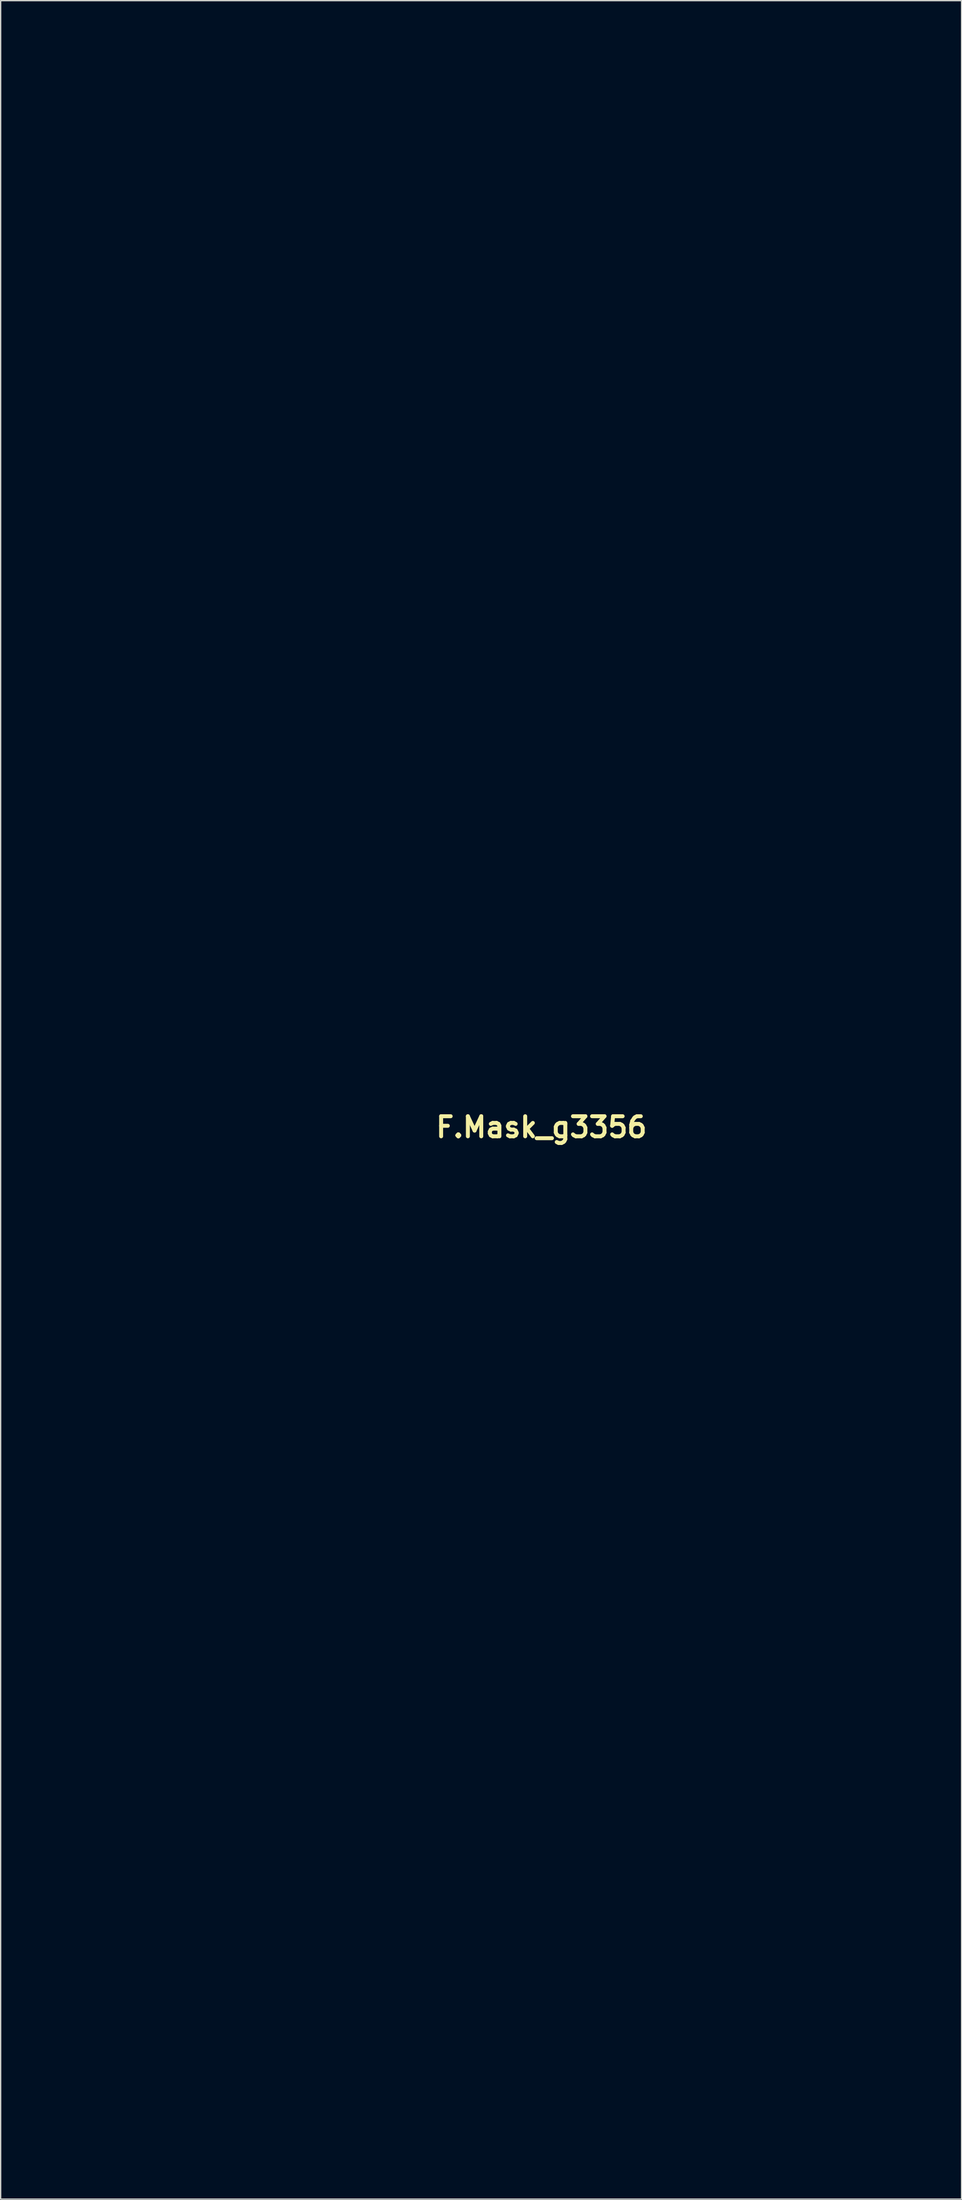
<source format=kicad_pcb>
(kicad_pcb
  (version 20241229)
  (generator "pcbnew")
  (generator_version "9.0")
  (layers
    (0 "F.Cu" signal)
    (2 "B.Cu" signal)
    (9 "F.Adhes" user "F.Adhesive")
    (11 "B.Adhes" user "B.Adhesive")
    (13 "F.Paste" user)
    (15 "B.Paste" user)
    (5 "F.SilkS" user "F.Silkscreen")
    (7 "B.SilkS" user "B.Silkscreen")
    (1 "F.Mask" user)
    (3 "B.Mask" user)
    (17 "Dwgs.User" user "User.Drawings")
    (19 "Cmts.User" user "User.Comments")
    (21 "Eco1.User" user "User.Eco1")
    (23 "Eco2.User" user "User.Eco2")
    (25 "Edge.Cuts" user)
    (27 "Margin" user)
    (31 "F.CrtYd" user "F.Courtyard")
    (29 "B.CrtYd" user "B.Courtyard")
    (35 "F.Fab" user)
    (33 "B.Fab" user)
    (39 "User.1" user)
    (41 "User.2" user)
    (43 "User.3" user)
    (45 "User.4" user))
  (footprint "F.Mask_g3356"
    (layer "F.Cu")
    (at 38.079 82.55)
    (property "Reference" "F.Mask_g3356" (at 0 0 0) (layer "F.SilkS") (effects (font (size 1.524 1.524) (thickness 0.3))))
    (attr through_hole)
    (fp_poly (pts (xy 27.068 5.307) (xy 27.071 5.891) (xy 27.074 6.553) (xy 27.077 7.284) (xy 27.08 8.076) (xy 27.083 8.923) (xy 27.086 9.817) (xy 27.089 10.749) (xy 27.091 11.713) (xy 27.094 12.7) (xy 27.096 13.704) (xy 27.098 14.715) (xy 27.1 15.728) (xy 27.102 16.734) (xy 27.103 17.725) (xy 27.105 18.695) (xy 27.105 19.357) (xy 27.114 28.236) (xy 26.749 28.358) (xy 26.384 28.481) (xy 26.355 20.686) (xy 26.352 19.757) (xy 26.349 18.779) (xy 26.346 17.762) (xy 26.344 16.714) (xy 26.342 15.648) (xy 26.34 14.572) (xy 26.339 13.496) (xy 26.337 12.432) (xy 26.337 11.389) (xy 26.336 10.377) (xy 26.336 9.406) (xy 26.337 8.487) (xy 26.338 7.629) (xy 26.339 6.843) (xy 26.339 6.629) (xy 26.352 0.368) (xy 27.041 0.136) (xy 27.068 5.307)) (stroke (width 0.01) (type solid)) (fill yes) (layer "F.Mask"))
    (fp_poly (pts (xy -34 -82.541) (xy -33.846 -82.525) (xy -33.692 -82.495) (xy -33.51 -82.447) (xy -33.489 -82.442) (xy -32.958 -82.263) (xy -32.49 -82.04) (xy -32.072 -81.766) (xy -31.69 -81.431) (xy -31.659 -81.401) (xy -31.308 -80.986) (xy -31.026 -80.528) (xy -30.814 -80.036) (xy -30.674 -79.518) (xy -30.609 -78.983) (xy -30.619 -78.44) (xy -30.706 -77.897) (xy -30.864 -77.384) (xy -31.087 -76.922) (xy -31.38 -76.491) (xy -31.736 -76.102) (xy -32.144 -75.762) (xy -32.594 -75.478) (xy -33.078 -75.26) (xy -33.569 -75.117) (xy -33.781 -75.086) (xy -34.05 -75.068) (xy -34.347 -75.063) (xy -34.644 -75.07) (xy -34.916 -75.09) (xy -35.133 -75.122) (xy -35.137 -75.123) (xy -35.657 -75.277) (xy -36.145 -75.505) (xy -36.595 -75.801) (xy -36.999 -76.158) (xy -37.35 -76.569) (xy -37.643 -77.029) (xy -37.869 -77.529) (xy -37.977 -77.872) (xy -38.03 -78.145) (xy -38.062 -78.467) (xy -38.074 -78.81) (xy -38.064 -79.147) (xy -38.032 -79.448) (xy -38.001 -79.602) (xy -37.823 -80.161) (xy -37.577 -80.67) (xy -37.265 -81.127) (xy -36.89 -81.528) (xy -36.455 -81.873) (xy -35.96 -82.158) (xy -35.409 -82.382) (xy -35.318 -82.411) (xy -35.122 -82.466) (xy -34.938 -82.503) (xy -34.737 -82.526) (xy -34.489 -82.538) (xy -34.42 -82.541) (xy -34.182 -82.545) (xy -34 -82.541)) (stroke (width 0.01) (type solid)) (fill yes) (layer "F.Mask"))
    (fp_poly (pts (xy 26.905 -67.85) (xy 26.907 -67.727) (xy 26.908 -67.528) (xy 26.91 -67.257) (xy 26.913 -66.919) (xy 26.915 -66.518) (xy 26.918 -66.059) (xy 26.921 -65.545) (xy 26.924 -64.982) (xy 26.927 -64.373) (xy 26.93 -63.723) (xy 26.934 -63.036) (xy 26.937 -62.317) (xy 26.94 -61.57) (xy 26.944 -60.799) (xy 26.944 -60.681) (xy 26.975 -53.481) (xy 26.651 -53.366) (xy 26.491 -53.309) (xy 26.358 -53.261) (xy 26.275 -53.231) (xy 26.266 -53.227) (xy 26.257 -53.232) (xy 26.25 -53.256) (xy 26.243 -53.303) (xy 26.237 -53.376) (xy 26.231 -53.479) (xy 26.227 -53.617) (xy 26.222 -53.792) (xy 26.219 -54.009) (xy 26.215 -54.271) (xy 26.213 -54.583) (xy 26.211 -54.948) (xy 26.209 -55.369) (xy 26.207 -55.852) (xy 26.206 -56.398) (xy 26.205 -57.013) (xy 26.205 -57.7) (xy 26.204 -58.463) (xy 26.204 -59.305) (xy 26.204 -59.615) (xy 26.204 -60.36) (xy 26.204 -61.09) (xy 26.203 -61.801) (xy 26.202 -62.486) (xy 26.2 -63.141) (xy 26.198 -63.761) (xy 26.196 -64.339) (xy 26.194 -64.871) (xy 26.192 -65.351) (xy 26.189 -65.774) (xy 26.186 -66.134) (xy 26.183 -66.426) (xy 26.18 -66.645) (xy 26.177 -66.785) (xy 26.176 -66.795) (xy 26.149 -67.564) (xy 26.293 -67.614) (xy 26.412 -67.662) (xy 26.564 -67.733) (xy 26.666 -67.784) (xy 26.787 -67.846) (xy 26.873 -67.885) (xy 26.904 -67.893) (xy 26.905 -67.85)) (stroke (width 0.01) (type solid)) (fill yes) (layer "F.Mask"))
    (fp_poly (pts (xy -22.626 -10.926) (xy -22.411 -10.821) (xy -22.24 -10.659) (xy -22.143 -10.485) (xy -22.131 -10.409) (xy -22.121 -10.249) (xy -22.112 -10.007) (xy -22.106 -9.685) (xy -22.101 -9.284) (xy -22.099 -8.805) (xy -22.098 -8.39) (xy -22.099 -6.413) (xy -22.203 -6.191) (xy -22.369 -5.893) (xy -22.565 -5.662) (xy -22.703 -5.546) (xy -22.775 -5.51) (xy -22.92 -5.45) (xy -23.128 -5.37) (xy -23.393 -5.273) (xy -23.706 -5.161) (xy -24.059 -5.036) (xy -24.444 -4.903) (xy -24.852 -4.763) (xy -25.276 -4.619) (xy -25.708 -4.474) (xy -26.138 -4.33) (xy -26.56 -4.191) (xy -26.966 -4.058) (xy -27.346 -3.936) (xy -27.693 -3.826) (xy -27.999 -3.731) (xy -28.255 -3.654) (xy -28.454 -3.597) (xy -28.588 -3.564) (xy -28.64 -3.556) (xy -28.789 -3.576) (xy -28.946 -3.626) (xy -28.978 -3.64) (xy -29.167 -3.78) (xy -29.305 -3.982) (xy -29.387 -4.237) (xy -29.401 -4.333) (xy -29.406 -4.431) (xy -29.411 -4.604) (xy -29.414 -4.841) (xy -29.416 -5.13) (xy -29.417 -5.462) (xy -29.417 -5.825) (xy -29.415 -6.209) (xy -29.414 -6.351) (xy -29.401 -8.109) (xy -29.262 -8.39) (xy -29.063 -8.701) (xy -28.892 -8.883) (xy -28.66 -9.095) (xy -25.853 -10.03) (xy -25.21 -10.243) (xy -24.645 -10.429) (xy -24.159 -10.586) (xy -23.751 -10.716) (xy -23.42 -10.819) (xy -23.165 -10.894) (xy -22.987 -10.942) (xy -22.884 -10.963) (xy -22.867 -10.964) (xy -22.626 -10.926)) (stroke (width 0.01) (type solid)) (fill yes) (layer "F.Mask"))
    (fp_poly (pts (xy -26.347 18.81) (xy -26.347 18.934) (xy -26.346 19.136) (xy -26.345 19.413) (xy -26.345 19.763) (xy -26.344 20.182) (xy -26.343 20.666) (xy -26.342 21.213) (xy -26.341 21.82) (xy -26.34 22.483) (xy -26.339 23.199) (xy -26.337 23.966) (xy -26.336 24.779) (xy -26.335 25.636) (xy -26.334 26.534) (xy -26.333 27.47) (xy -26.331 28.44) (xy -26.33 29.441) (xy -26.329 30.47) (xy -26.327 31.524) (xy -26.326 32.575) (xy -26.31 46.376) (xy -26.628 46.49) (xy -26.783 46.544) (xy -26.909 46.585) (xy -26.984 46.605) (xy -26.991 46.606) (xy -26.997 46.578) (xy -27.002 46.492) (xy -27.007 46.345) (xy -27.012 46.137) (xy -27.017 45.866) (xy -27.022 45.531) (xy -27.026 45.128) (xy -27.03 44.658) (xy -27.035 44.118) (xy -27.039 43.507) (xy -27.042 42.823) (xy -27.046 42.064) (xy -27.05 41.23) (xy -27.054 40.317) (xy -27.057 39.325) (xy -27.061 38.252) (xy -27.064 37.096) (xy -27.065 36.862) (xy -27.068 35.896) (xy -27.071 34.919) (xy -27.073 33.936) (xy -27.076 32.953) (xy -27.078 31.977) (xy -27.08 31.013) (xy -27.082 30.068) (xy -27.084 29.147) (xy -27.086 28.258) (xy -27.088 27.405) (xy -27.089 26.596) (xy -27.09 25.836) (xy -27.091 25.131) (xy -27.092 24.488) (xy -27.093 23.912) (xy -27.093 23.41) (xy -27.093 23.066) (xy -27.093 19.018) (xy -26.723 18.889) (xy -26.562 18.834) (xy -26.435 18.792) (xy -26.36 18.769) (xy -26.348 18.767) (xy -26.347 18.81)) (stroke (width 0.01) (type solid)) (fill yes) (layer "F.Mask"))
    (fp_poly (pts (xy -16.695 -62.944) (xy -16.624 -62.925) (xy -16.569 -62.883) (xy -16.528 -62.808) (xy -16.5 -62.692) (xy -16.483 -62.526) (xy -16.473 -62.302) (xy -16.469 -62.009) (xy -16.468 -61.681) (xy -16.469 -61.328) (xy -16.473 -61.048) (xy -16.482 -60.832) (xy -16.499 -60.667) (xy -16.524 -60.543) (xy -16.56 -60.45) (xy -16.609 -60.376) (xy -16.673 -60.31) (xy -16.714 -60.274) (xy -16.783 -60.236) (xy -16.922 -60.177) (xy -17.119 -60.1) (xy -17.363 -60.009) (xy -17.642 -59.907) (xy -17.946 -59.8) (xy -18.263 -59.69) (xy -18.581 -59.582) (xy -18.89 -59.48) (xy -19.179 -59.386) (xy -19.435 -59.306) (xy -19.648 -59.243) (xy -19.807 -59.2) (xy -19.9 -59.182) (xy -19.907 -59.182) (xy -20.025 -59.21) (xy -20.102 -59.26) (xy -20.127 -59.293) (xy -20.147 -59.341) (xy -20.163 -59.416) (xy -20.175 -59.528) (xy -20.186 -59.688) (xy -20.195 -59.907) (xy -20.204 -60.195) (xy -20.208 -60.329) (xy -20.215 -60.62) (xy -20.217 -60.891) (xy -20.216 -61.127) (xy -20.212 -61.315) (xy -20.204 -61.44) (xy -20.199 -61.475) (xy -20.132 -61.651) (xy -20.029 -61.811) (xy -19.91 -61.925) (xy -19.885 -61.94) (xy -19.807 -61.973) (xy -19.662 -62.027) (xy -19.462 -62.098) (xy -19.217 -62.182) (xy -18.939 -62.275) (xy -18.639 -62.375) (xy -18.329 -62.477) (xy -18.018 -62.577) (xy -17.719 -62.673) (xy -17.443 -62.76) (xy -17.201 -62.835) (xy -17.004 -62.893) (xy -16.863 -62.933) (xy -16.79 -62.949) (xy -16.786 -62.949) (xy -16.695 -62.944)) (stroke (width 0.01) (type solid)) (fill yes) (layer "F.Mask"))
    (fp_poly (pts (xy -10.632 23.415) (xy -10.598 23.445) (xy -10.585 23.518) (xy -10.583 23.649) (xy -10.559 23.939) (xy -10.48 24.178) (xy -10.358 24.366) (xy -10.162 24.542) (xy -9.926 24.645) (xy -9.656 24.675) (xy -9.359 24.629) (xy -9.256 24.598) (xy -9.131 24.56) (xy -9.044 24.545) (xy -9.017 24.552) (xy -9.003 24.621) (xy -8.993 24.651) (xy -9.001 24.684) (xy -9.057 24.724) (xy -9.17 24.774) (xy -9.349 24.84) (xy -9.49 24.888) (xy -9.764 24.982) (xy -9.97 25.063) (xy -10.123 25.136) (xy -10.237 25.212) (xy -10.327 25.296) (xy -10.384 25.365) (xy -10.46 25.484) (xy -10.515 25.619) (xy -10.552 25.785) (xy -10.573 25.998) (xy -10.582 26.274) (xy -10.583 26.405) (xy -10.584 26.633) (xy -10.588 26.789) (xy -10.596 26.888) (xy -10.612 26.941) (xy -10.635 26.963) (xy -10.662 26.966) (xy -10.704 26.955) (xy -10.731 26.91) (xy -10.749 26.813) (xy -10.764 26.654) (xy -10.821 26.337) (xy -10.935 26.078) (xy -11.101 25.882) (xy -11.313 25.751) (xy -11.565 25.691) (xy -11.851 25.705) (xy -12.058 25.758) (xy -12.214 25.8) (xy -12.305 25.802) (xy -12.328 25.789) (xy -12.358 25.737) (xy -12.336 25.686) (xy -12.255 25.63) (xy -12.107 25.566) (xy -11.885 25.487) (xy -11.846 25.474) (xy -11.505 25.351) (xy -11.24 25.224) (xy -11.042 25.082) (xy -10.904 24.913) (xy -10.817 24.705) (xy -10.774 24.446) (xy -10.768 24.125) (xy -10.778 23.887) (xy -10.807 23.41) (xy -10.695 23.41) (xy -10.632 23.415)) (stroke (width 0.01) (type solid)) (fill yes) (layer "F.Mask"))
    (fp_poly (pts (xy -21.257 -53.694) (xy -21.161 -53.64) (xy -21.13 -53.613) (xy -21.106 -53.582) (xy -21.088 -53.536) (xy -21.075 -53.464) (xy -21.066 -53.357) (xy -21.06 -53.202) (xy -21.055 -52.991) (xy -21.051 -52.711) (xy -21.049 -52.508) (xy -21.045 -52.182) (xy -21.044 -51.929) (xy -21.045 -51.737) (xy -21.05 -51.595) (xy -21.059 -51.491) (xy -21.074 -51.413) (xy -21.094 -51.35) (xy -21.121 -51.29) (xy -21.133 -51.266) (xy -21.223 -51.13) (xy -21.333 -51.012) (xy -21.375 -50.98) (xy -21.452 -50.942) (xy -21.598 -50.884) (xy -21.8 -50.809) (xy -22.048 -50.72) (xy -22.33 -50.623) (xy -22.634 -50.52) (xy -22.95 -50.415) (xy -23.264 -50.313) (xy -23.566 -50.216) (xy -23.845 -50.129) (xy -24.089 -50.055) (xy -24.286 -49.999) (xy -24.424 -49.964) (xy -24.49 -49.953) (xy -24.633 -49.988) (xy -24.706 -50.042) (xy -24.731 -50.076) (xy -24.751 -50.123) (xy -24.766 -50.192) (xy -24.777 -50.295) (xy -24.785 -50.442) (xy -24.791 -50.645) (xy -24.796 -50.914) (xy -24.799 -51.152) (xy -24.802 -51.519) (xy -24.8 -51.813) (xy -24.791 -52.042) (xy -24.773 -52.219) (xy -24.745 -52.354) (xy -24.704 -52.458) (xy -24.65 -52.54) (xy -24.579 -52.612) (xy -24.552 -52.636) (xy -24.485 -52.672) (xy -24.349 -52.73) (xy -24.154 -52.806) (xy -23.912 -52.895) (xy -23.635 -52.995) (xy -23.333 -53.101) (xy -23.018 -53.21) (xy -22.701 -53.317) (xy -22.392 -53.42) (xy -22.105 -53.513) (xy -21.849 -53.594) (xy -21.635 -53.658) (xy -21.476 -53.701) (xy -21.382 -53.72) (xy -21.372 -53.721) (xy -21.257 -53.694)) (stroke (width 0.01) (type solid)) (fill yes) (layer "F.Mask"))
    (fp_poly (pts (xy 10.576 -74.544) (xy 10.608 -74.518) (xy 10.622 -74.451) (xy 10.626 -74.325) (xy 10.627 -74.263) (xy 10.661 -73.958) (xy 10.762 -73.704) (xy 10.928 -73.503) (xy 11.157 -73.357) (xy 11.185 -73.345) (xy 11.41 -73.287) (xy 11.658 -73.296) (xy 11.917 -73.364) (xy 12.047 -73.406) (xy 12.14 -73.433) (xy 12.173 -73.438) (xy 12.191 -73.394) (xy 12.208 -73.34) (xy 12.213 -73.288) (xy 12.18 -73.248) (xy 12.091 -73.209) (xy 11.991 -73.176) (xy 11.644 -73.063) (xy 11.37 -72.962) (xy 11.156 -72.866) (xy 10.994 -72.769) (xy 10.872 -72.665) (xy 10.779 -72.548) (xy 10.705 -72.411) (xy 10.672 -72.325) (xy 10.65 -72.221) (xy 10.636 -72.083) (xy 10.629 -71.893) (xy 10.627 -71.639) (xy 10.626 -71.035) (xy 10.52 -71.035) (xy 10.463 -71.04) (xy 10.431 -71.067) (xy 10.417 -71.136) (xy 10.414 -71.265) (xy 10.414 -71.312) (xy 10.384 -71.612) (xy 10.294 -71.856) (xy 10.141 -72.047) (xy 9.946 -72.179) (xy 9.749 -72.261) (xy 9.562 -72.29) (xy 9.355 -72.267) (xy 9.183 -72.223) (xy 9.036 -72.18) (xy 8.925 -72.152) (xy 8.871 -72.143) (xy 8.868 -72.144) (xy 8.851 -72.191) (xy 8.841 -72.236) (xy 8.847 -72.271) (xy 8.884 -72.308) (xy 8.965 -72.351) (xy 9.101 -72.407) (xy 9.302 -72.48) (xy 9.389 -72.511) (xy 9.706 -72.628) (xy 9.951 -72.737) (xy 10.131 -72.853) (xy 10.258 -72.987) (xy 10.34 -73.153) (xy 10.387 -73.364) (xy 10.408 -73.633) (xy 10.413 -73.925) (xy 10.414 -74.549) (xy 10.52 -74.549) (xy 10.576 -74.544)) (stroke (width 0.01) (type solid)) (fill yes) (layer "F.Mask"))
    (fp_poly (pts (xy 15.899 -62.902) (xy 15.93 -62.875) (xy 15.949 -62.81) (xy 15.961 -62.687) (xy 15.968 -62.571) (xy 15.985 -62.378) (xy 16.014 -62.24) (xy 16.062 -62.127) (xy 16.101 -62.063) (xy 16.287 -61.851) (xy 16.511 -61.713) (xy 16.767 -61.651) (xy 17.049 -61.666) (xy 17.247 -61.719) (xy 17.378 -61.763) (xy 17.472 -61.791) (xy 17.507 -61.796) (xy 17.525 -61.752) (xy 17.542 -61.698) (xy 17.547 -61.646) (xy 17.514 -61.607) (xy 17.425 -61.567) (xy 17.325 -61.534) (xy 16.978 -61.421) (xy 16.704 -61.32) (xy 16.49 -61.224) (xy 16.328 -61.127) (xy 16.206 -61.024) (xy 16.113 -60.906) (xy 16.039 -60.77) (xy 16.006 -60.683) (xy 15.984 -60.579) (xy 15.97 -60.441) (xy 15.963 -60.252) (xy 15.961 -59.997) (xy 15.96 -59.394) (xy 15.854 -59.394) (xy 15.799 -59.398) (xy 15.767 -59.423) (xy 15.752 -59.488) (xy 15.748 -59.61) (xy 15.748 -59.692) (xy 15.714 -59.989) (xy 15.613 -60.237) (xy 15.449 -60.432) (xy 15.226 -60.569) (xy 15.046 -60.626) (xy 14.914 -60.649) (xy 14.801 -60.65) (xy 14.671 -60.625) (xy 14.538 -60.587) (xy 14.367 -60.539) (xy 14.26 -60.522) (xy 14.203 -60.537) (xy 14.183 -60.586) (xy 14.182 -60.613) (xy 14.203 -60.651) (xy 14.272 -60.696) (xy 14.4 -60.752) (xy 14.595 -60.824) (xy 14.727 -60.869) (xy 15.045 -60.983) (xy 15.29 -61.092) (xy 15.47 -61.211) (xy 15.597 -61.351) (xy 15.678 -61.526) (xy 15.724 -61.749) (xy 15.744 -62.034) (xy 15.747 -62.283) (xy 15.748 -62.907) (xy 15.848 -62.907) (xy 15.899 -62.902)) (stroke (width 0.01) (type solid)) (fill yes) (layer "F.Mask"))
    (fp_poly (pts (xy 5.205 -68.235) (xy 5.236 -68.203) (xy 5.247 -68.124) (xy 5.249 -68.003) (xy 5.274 -67.713) (xy 5.352 -67.474) (xy 5.475 -67.286) (xy 5.671 -67.11) (xy 5.907 -67.007) (xy 6.177 -66.977) (xy 6.474 -67.022) (xy 6.576 -67.054) (xy 6.702 -67.092) (xy 6.789 -67.107) (xy 6.816 -67.1) (xy 6.83 -67.03) (xy 6.84 -67) (xy 6.831 -66.967) (xy 6.776 -66.928) (xy 6.663 -66.878) (xy 6.484 -66.812) (xy 6.342 -66.764) (xy 6.069 -66.669) (xy 5.862 -66.589) (xy 5.71 -66.515) (xy 5.596 -66.44) (xy 5.507 -66.356) (xy 5.451 -66.287) (xy 5.374 -66.171) (xy 5.319 -66.049) (xy 5.282 -65.904) (xy 5.261 -65.721) (xy 5.251 -65.482) (xy 5.249 -65.272) (xy 5.249 -65.038) (xy 5.245 -64.876) (xy 5.237 -64.773) (xy 5.223 -64.715) (xy 5.201 -64.69) (xy 5.171 -64.685) (xy 5.129 -64.697) (xy 5.102 -64.742) (xy 5.082 -64.839) (xy 5.066 -65.004) (xy 5.066 -65.004) (xy 5.015 -65.31) (xy 4.916 -65.552) (xy 4.765 -65.739) (xy 4.555 -65.879) (xy 4.551 -65.881) (xy 4.353 -65.956) (xy 4.155 -65.974) (xy 3.931 -65.938) (xy 3.833 -65.91) (xy 3.648 -65.861) (xy 3.537 -65.851) (xy 3.503 -65.865) (xy 3.474 -65.916) (xy 3.497 -65.967) (xy 3.579 -66.022) (xy 3.729 -66.087) (xy 3.952 -66.166) (xy 3.991 -66.179) (xy 4.261 -66.273) (xy 4.466 -66.357) (xy 4.622 -66.443) (xy 4.747 -66.54) (xy 4.859 -66.657) (xy 4.886 -66.689) (xy 5.016 -66.852) (xy 5.043 -68.241) (xy 5.146 -68.241) (xy 5.205 -68.235)) (stroke (width 0.01) (type solid)) (fill yes) (layer "F.Mask"))
    (fp_poly (pts (xy 10.608 -56.468) (xy 10.64 -56.442) (xy 10.658 -56.377) (xy 10.668 -56.257) (xy 10.674 -56.137) (xy 10.687 -55.955) (xy 10.709 -55.828) (xy 10.751 -55.725) (xy 10.818 -55.619) (xy 11.009 -55.411) (xy 11.233 -55.28) (xy 11.489 -55.227) (xy 11.777 -55.253) (xy 11.91 -55.288) (xy 12.054 -55.33) (xy 12.161 -55.358) (xy 12.212 -55.365) (xy 12.213 -55.364) (xy 12.231 -55.317) (xy 12.241 -55.272) (xy 12.235 -55.237) (xy 12.198 -55.2) (xy 12.117 -55.157) (xy 11.981 -55.101) (xy 11.78 -55.028) (xy 11.693 -54.997) (xy 11.376 -54.88) (xy 11.131 -54.771) (xy 10.951 -54.655) (xy 10.824 -54.521) (xy 10.742 -54.355) (xy 10.695 -54.144) (xy 10.674 -53.875) (xy 10.669 -53.583) (xy 10.668 -52.959) (xy 10.562 -52.959) (xy 10.505 -52.964) (xy 10.474 -52.991) (xy 10.46 -53.059) (xy 10.456 -53.188) (xy 10.456 -53.236) (xy 10.423 -53.543) (xy 10.324 -53.798) (xy 10.158 -54) (xy 9.927 -54.149) (xy 9.927 -54.149) (xy 9.697 -54.217) (xy 9.443 -54.214) (xy 9.165 -54.144) (xy 9.035 -54.102) (xy 8.942 -54.075) (xy 8.909 -54.07) (xy 8.891 -54.114) (xy 8.874 -54.168) (xy 8.869 -54.22) (xy 8.902 -54.26) (xy 8.991 -54.299) (xy 9.091 -54.332) (xy 9.438 -54.445) (xy 9.712 -54.546) (xy 9.926 -54.642) (xy 10.088 -54.739) (xy 10.21 -54.843) (xy 10.303 -54.96) (xy 10.377 -55.097) (xy 10.41 -55.183) (xy 10.432 -55.287) (xy 10.446 -55.425) (xy 10.453 -55.615) (xy 10.455 -55.869) (xy 10.456 -56.473) (xy 10.558 -56.473) (xy 10.608 -56.468)) (stroke (width 0.01) (type solid)) (fill yes) (layer "F.Mask"))
    (fp_poly (pts (xy 16.113 48.858) (xy 16.145 48.886) (xy 16.163 48.955) (xy 16.173 49.082) (xy 16.178 49.164) (xy 16.221 49.458) (xy 16.32 49.694) (xy 16.481 49.879) (xy 16.677 50.006) (xy 16.855 50.083) (xy 17.016 50.116) (xy 17.19 50.105) (xy 17.404 50.053) (xy 17.447 50.04) (xy 17.612 49.996) (xy 17.713 49.991) (xy 17.765 50.027) (xy 17.779 50.103) (xy 17.742 50.131) (xy 17.638 50.179) (xy 17.483 50.24) (xy 17.291 50.307) (xy 17.24 50.324) (xy 16.959 50.422) (xy 16.747 50.508) (xy 16.589 50.591) (xy 16.47 50.678) (xy 16.378 50.778) (xy 16.345 50.824) (xy 16.278 50.936) (xy 16.23 51.058) (xy 16.198 51.205) (xy 16.18 51.395) (xy 16.172 51.644) (xy 16.171 51.805) (xy 16.17 52.033) (xy 16.167 52.189) (xy 16.158 52.287) (xy 16.143 52.341) (xy 16.119 52.363) (xy 16.093 52.366) (xy 16.05 52.354) (xy 16.022 52.306) (xy 16.001 52.206) (xy 15.986 52.064) (xy 15.948 51.808) (xy 15.881 51.611) (xy 15.774 51.448) (xy 15.662 51.333) (xy 15.451 51.184) (xy 15.224 51.112) (xy 14.972 51.115) (xy 14.712 51.18) (xy 14.552 51.229) (xy 14.454 51.24) (xy 14.406 51.211) (xy 14.393 51.147) (xy 14.414 51.109) (xy 14.484 51.064) (xy 14.612 51.008) (xy 14.807 50.936) (xy 14.939 50.891) (xy 15.257 50.777) (xy 15.501 50.668) (xy 15.682 50.549) (xy 15.808 50.409) (xy 15.89 50.234) (xy 15.935 50.011) (xy 15.955 49.726) (xy 15.959 49.477) (xy 15.96 48.853) (xy 16.061 48.853) (xy 16.113 48.858)) (stroke (width 0.01) (type solid)) (fill yes) (layer "F.Mask"))
    (fp_poly (pts (xy -15.969 60.075) (xy -15.937 60.099) (xy -15.922 60.162) (xy -15.918 60.28) (xy -15.917 60.382) (xy -15.892 60.667) (xy -15.812 60.896) (xy -15.671 61.082) (xy -15.528 61.197) (xy -15.384 61.285) (xy -15.249 61.339) (xy -15.105 61.36) (xy -14.936 61.348) (xy -14.722 61.305) (xy -14.452 61.233) (xy -14.375 61.233) (xy -14.34 61.294) (xy -14.336 61.331) (xy -14.353 61.365) (xy -14.4 61.4) (xy -14.488 61.442) (xy -14.626 61.495) (xy -14.825 61.564) (xy -15.093 61.653) (xy -15.384 61.771) (xy -15.603 61.911) (xy -15.761 62.083) (xy -15.829 62.201) (xy -15.864 62.284) (xy -15.889 62.372) (xy -15.905 62.484) (xy -15.913 62.635) (xy -15.917 62.844) (xy -15.917 63.005) (xy -15.917 63.627) (xy -16.023 63.627) (xy -16.08 63.622) (xy -16.112 63.595) (xy -16.126 63.527) (xy -16.129 63.398) (xy -16.129 63.35) (xy -16.164 63.045) (xy -16.264 62.789) (xy -16.42 62.588) (xy -16.627 62.447) (xy -16.875 62.373) (xy -17.157 62.372) (xy -17.382 62.42) (xy -17.536 62.464) (xy -17.628 62.479) (xy -17.677 62.464) (xy -17.702 62.42) (xy -17.706 62.406) (xy -17.704 62.368) (xy -17.667 62.331) (xy -17.582 62.289) (xy -17.437 62.236) (xy -17.298 62.189) (xy -16.985 62.082) (xy -16.742 61.985) (xy -16.558 61.89) (xy -16.42 61.79) (xy -16.316 61.676) (xy -16.234 61.542) (xy -16.209 61.489) (xy -16.177 61.405) (xy -16.155 61.305) (xy -16.14 61.172) (xy -16.133 60.989) (xy -16.13 60.741) (xy -16.13 60.695) (xy -16.129 60.071) (xy -16.023 60.071) (xy -15.969 60.075)) (stroke (width 0.01) (type solid)) (fill yes) (layer "F.Mask"))
    (fp_poly (pts (xy 21.453 3.094) (xy 21.485 3.118) (xy 21.5 3.179) (xy 21.505 3.295) (xy 21.505 3.41) (xy 21.519 3.659) (xy 21.561 3.836) (xy 21.574 3.865) (xy 21.732 4.095) (xy 21.937 4.257) (xy 22.18 4.348) (xy 22.454 4.364) (xy 22.753 4.304) (xy 22.769 4.299) (xy 22.924 4.257) (xy 23.016 4.255) (xy 23.039 4.268) (xy 23.07 4.331) (xy 23.03 4.392) (xy 22.916 4.456) (xy 22.728 4.525) (xy 22.406 4.632) (xy 22.156 4.729) (xy 21.964 4.821) (xy 21.819 4.917) (xy 21.71 5.023) (xy 21.623 5.146) (xy 21.588 5.212) (xy 21.555 5.287) (xy 21.532 5.373) (xy 21.517 5.487) (xy 21.509 5.644) (xy 21.506 5.86) (xy 21.505 6.01) (xy 21.505 6.646) (xy 21.399 6.646) (xy 21.34 6.641) (xy 21.308 6.61) (xy 21.296 6.534) (xy 21.293 6.403) (xy 21.273 6.125) (xy 21.21 5.903) (xy 21.096 5.717) (xy 21.069 5.686) (xy 20.862 5.509) (xy 20.619 5.407) (xy 20.344 5.382) (xy 20.042 5.435) (xy 19.967 5.459) (xy 19.841 5.497) (xy 19.754 5.512) (xy 19.727 5.505) (xy 19.713 5.435) (xy 19.703 5.405) (xy 19.712 5.372) (xy 19.767 5.333) (xy 19.88 5.283) (xy 20.059 5.217) (xy 20.201 5.169) (xy 20.474 5.074) (xy 20.681 4.994) (xy 20.833 4.92) (xy 20.947 4.845) (xy 21.036 4.761) (xy 21.092 4.692) (xy 21.169 4.576) (xy 21.224 4.454) (xy 21.261 4.309) (xy 21.282 4.126) (xy 21.292 3.887) (xy 21.294 3.677) (xy 21.294 3.09) (xy 21.399 3.09) (xy 21.453 3.094)) (stroke (width 0.01) (type solid)) (fill yes) (layer "F.Mask"))
    (fp_poly (pts (xy 0.011 19.608) (xy 0.059 19.622) (xy 0.089 19.658) (xy 0.109 19.736) (xy 0.123 19.871) (xy 0.129 19.96) (xy 0.166 20.237) (xy 0.239 20.45) (xy 0.358 20.617) (xy 0.534 20.754) (xy 0.635 20.81) (xy 0.814 20.866) (xy 1.036 20.882) (xy 1.271 20.856) (xy 1.436 20.811) (xy 1.581 20.773) (xy 1.667 20.785) (xy 1.691 20.845) (xy 1.681 20.884) (xy 1.634 20.92) (xy 1.521 20.974) (xy 1.359 21.04) (xy 1.163 21.11) (xy 1.121 21.125) (xy 0.811 21.235) (xy 0.573 21.343) (xy 0.397 21.461) (xy 0.274 21.602) (xy 0.195 21.78) (xy 0.15 22.007) (xy 0.131 22.296) (xy 0.128 22.532) (xy 0.127 23.156) (xy 0.021 23.156) (xy -0.038 23.151) (xy -0.07 23.12) (xy -0.083 23.044) (xy -0.085 22.913) (xy -0.105 22.635) (xy -0.169 22.413) (xy -0.282 22.227) (xy -0.309 22.196) (xy -0.511 22.02) (xy -0.744 21.919) (xy -1.011 21.895) (xy -1.316 21.944) (xy -1.393 21.967) (xy -1.525 22.003) (xy -1.618 22.019) (xy -1.651 22.012) (xy -1.665 21.945) (xy -1.673 21.92) (xy -1.658 21.879) (xy -1.576 21.831) (xy -1.419 21.774) (xy -1.388 21.763) (xy -1.015 21.636) (xy -0.719 21.512) (xy -0.491 21.386) (xy -0.323 21.253) (xy -0.207 21.108) (xy -0.135 20.944) (xy -0.13 20.926) (xy -0.113 20.824) (xy -0.099 20.658) (xy -0.09 20.45) (xy -0.085 20.222) (xy -0.085 20.179) (xy -0.084 19.947) (xy -0.082 19.787) (xy -0.075 19.685) (xy -0.061 19.63) (xy -0.039 19.607) (xy -0.006 19.606) (xy 0.011 19.608)) (stroke (width 0.01) (type solid)) (fill yes) (layer "F.Mask"))
    (fp_poly (pts (xy 10.788 46.239) (xy 10.816 46.285) (xy 10.834 46.381) (xy 10.849 46.541) (xy 10.897 46.845) (xy 10.994 47.086) (xy 11.146 47.274) (xy 11.358 47.419) (xy 11.364 47.422) (xy 11.598 47.496) (xy 11.867 47.5) (xy 12.143 47.437) (xy 12.299 47.394) (xy 12.39 47.393) (xy 12.413 47.406) (xy 12.444 47.46) (xy 12.418 47.513) (xy 12.33 47.57) (xy 12.173 47.636) (xy 11.975 47.704) (xy 11.663 47.812) (xy 11.423 47.914) (xy 11.242 48.016) (xy 11.108 48.124) (xy 11.019 48.23) (xy 10.975 48.296) (xy 10.943 48.358) (xy 10.922 48.432) (xy 10.907 48.531) (xy 10.898 48.672) (xy 10.892 48.87) (xy 10.887 49.092) (xy 10.874 49.784) (xy 10.771 49.784) (xy 10.713 49.778) (xy 10.682 49.745) (xy 10.67 49.666) (xy 10.668 49.545) (xy 10.643 49.255) (xy 10.565 49.016) (xy 10.443 48.828) (xy 10.246 48.653) (xy 10.01 48.549) (xy 9.741 48.52) (xy 9.444 48.565) (xy 9.341 48.596) (xy 9.215 48.634) (xy 9.129 48.65) (xy 9.102 48.642) (xy 9.088 48.573) (xy 9.078 48.543) (xy 9.086 48.51) (xy 9.142 48.471) (xy 9.254 48.42) (xy 9.433 48.355) (xy 9.575 48.307) (xy 9.849 48.212) (xy 10.055 48.132) (xy 10.208 48.058) (xy 10.322 47.983) (xy 10.412 47.899) (xy 10.468 47.83) (xy 10.545 47.71) (xy 10.6 47.575) (xy 10.637 47.409) (xy 10.658 47.196) (xy 10.667 46.921) (xy 10.668 46.789) (xy 10.669 46.561) (xy 10.673 46.405) (xy 10.681 46.307) (xy 10.696 46.253) (xy 10.72 46.232) (xy 10.747 46.228) (xy 10.788 46.239)) (stroke (width 0.01) (type solid)) (fill yes) (layer "F.Mask"))
    (fp_poly (pts (xy 21.456 12.154) (xy 21.487 12.181) (xy 21.502 12.248) (xy 21.506 12.374) (xy 21.506 12.435) (xy 21.542 12.739) (xy 21.642 12.993) (xy 21.798 13.192) (xy 22.004 13.33) (xy 22.251 13.403) (xy 22.532 13.404) (xy 22.817 13.337) (xy 22.943 13.295) (xy 23.029 13.269) (xy 23.055 13.264) (xy 23.071 13.305) (xy 23.087 13.357) (xy 23.091 13.393) (xy 23.069 13.427) (xy 23.01 13.464) (xy 22.902 13.51) (xy 22.734 13.571) (xy 22.56 13.631) (xy 22.25 13.745) (xy 22.012 13.855) (xy 21.834 13.968) (xy 21.703 14.094) (xy 21.608 14.239) (xy 21.585 14.285) (xy 21.553 14.37) (xy 21.531 14.471) (xy 21.517 14.604) (xy 21.509 14.787) (xy 21.506 15.035) (xy 21.506 15.081) (xy 21.505 15.324) (xy 21.502 15.494) (xy 21.494 15.605) (xy 21.481 15.668) (xy 21.461 15.698) (xy 21.432 15.706) (xy 21.428 15.706) (xy 21.347 15.692) (xy 21.322 15.677) (xy 21.307 15.623) (xy 21.297 15.51) (xy 21.294 15.38) (xy 21.264 15.081) (xy 21.172 14.839) (xy 21.015 14.647) (xy 20.821 14.517) (xy 20.603 14.432) (xy 20.386 14.411) (xy 20.145 14.451) (xy 20.067 14.474) (xy 19.886 14.521) (xy 19.774 14.525) (xy 19.73 14.485) (xy 19.74 14.422) (xy 19.787 14.386) (xy 19.899 14.332) (xy 20.06 14.266) (xy 20.254 14.197) (xy 20.287 14.186) (xy 20.601 14.074) (xy 20.842 13.964) (xy 21.021 13.844) (xy 21.145 13.701) (xy 21.226 13.521) (xy 21.271 13.291) (xy 21.29 12.999) (xy 21.293 12.774) (xy 21.294 12.15) (xy 21.399 12.15) (xy 21.456 12.154)) (stroke (width 0.01) (type solid)) (fill yes) (layer "F.Mask"))
    (fp_poly (pts (xy -21.26 66.552) (xy -21.228 66.578) (xy -21.213 66.642) (xy -21.209 66.764) (xy -21.209 66.846) (xy -21.175 67.135) (xy -21.076 67.385) (xy -20.921 67.585) (xy -20.714 67.726) (xy -20.586 67.773) (xy -20.443 67.806) (xy -20.319 67.813) (xy -20.182 67.793) (xy -20.002 67.743) (xy -19.978 67.735) (xy -19.812 67.689) (xy -19.711 67.675) (xy -19.659 67.696) (xy -19.643 67.754) (xy -19.643 67.768) (xy -19.664 67.806) (xy -19.733 67.85) (xy -19.861 67.906) (xy -20.056 67.978) (xy -20.188 68.023) (xy -20.506 68.137) (xy -20.751 68.247) (xy -20.931 68.365) (xy -21.058 68.505) (xy -21.139 68.68) (xy -21.185 68.904) (xy -21.205 69.188) (xy -21.208 69.437) (xy -21.209 70.062) (xy -21.315 70.062) (xy -21.375 70.056) (xy -21.407 70.025) (xy -21.419 69.948) (xy -21.421 69.823) (xy -21.431 69.651) (xy -21.456 69.481) (xy -21.473 69.41) (xy -21.575 69.205) (xy -21.74 69.026) (xy -21.947 68.889) (xy -22.176 68.807) (xy -22.321 68.792) (xy -22.418 68.804) (xy -22.561 68.837) (xy -22.696 68.875) (xy -22.832 68.915) (xy -22.93 68.942) (xy -22.969 68.949) (xy -22.986 68.906) (xy -23.003 68.854) (xy -23.007 68.817) (xy -22.985 68.783) (xy -22.926 68.747) (xy -22.819 68.703) (xy -22.65 68.643) (xy -22.489 68.59) (xy -22.209 68.492) (xy -21.996 68.406) (xy -21.838 68.323) (xy -21.72 68.236) (xy -21.627 68.136) (xy -21.594 68.091) (xy -21.527 67.978) (xy -21.479 67.857) (xy -21.448 67.709) (xy -21.429 67.519) (xy -21.422 67.271) (xy -21.421 67.109) (xy -21.421 66.548) (xy -21.315 66.548) (xy -21.26 66.552)) (stroke (width 0.01) (type solid)) (fill yes) (layer "F.Mask"))
    (fp_poly (pts (xy -15.966 69.141) (xy -15.939 69.185) (xy -15.922 69.28) (xy -15.909 69.441) (xy -15.855 69.754) (xy -15.742 70.009) (xy -15.574 70.202) (xy -15.36 70.33) (xy -15.103 70.388) (xy -14.811 70.372) (xy -14.618 70.324) (xy -14.462 70.281) (xy -14.368 70.274) (xy -14.322 70.309) (xy -14.309 70.388) (xy -14.309 70.4) (xy -14.347 70.426) (xy -14.45 70.471) (xy -14.604 70.531) (xy -14.795 70.598) (xy -14.836 70.611) (xy -15.118 70.71) (xy -15.331 70.797) (xy -15.491 70.88) (xy -15.609 70.968) (xy -15.701 71.067) (xy -15.736 71.116) (xy -15.806 71.235) (xy -15.856 71.364) (xy -15.889 71.519) (xy -15.908 71.716) (xy -15.916 71.973) (xy -15.917 72.125) (xy -15.918 72.353) (xy -15.921 72.508) (xy -15.93 72.606) (xy -15.945 72.66) (xy -15.968 72.682) (xy -16.002 72.686) (xy -16.053 72.675) (xy -16.078 72.628) (xy -16.086 72.525) (xy -16.087 72.472) (xy -16.107 72.189) (xy -16.174 71.96) (xy -16.295 71.764) (xy -16.382 71.667) (xy -16.579 71.504) (xy -16.78 71.415) (xy -17.001 71.395) (xy -17.26 71.44) (xy -17.32 71.457) (xy -17.512 71.508) (xy -17.629 71.519) (xy -17.664 71.507) (xy -17.693 71.456) (xy -17.669 71.404) (xy -17.586 71.348) (xy -17.435 71.283) (xy -17.21 71.204) (xy -17.18 71.194) (xy -16.852 71.078) (xy -16.596 70.961) (xy -16.403 70.833) (xy -16.266 70.679) (xy -16.174 70.489) (xy -16.119 70.25) (xy -16.094 69.95) (xy -16.088 69.649) (xy -16.086 69.431) (xy -16.082 69.285) (xy -16.072 69.195) (xy -16.055 69.149) (xy -16.028 69.132) (xy -16.008 69.13) (xy -15.966 69.141)) (stroke (width 0.01) (type solid)) (fill yes) (layer "F.Mask"))
    (fp_poly (pts (xy -10.76 -48.975) (xy -10.728 -48.949) (xy -10.714 -48.882) (xy -10.71 -48.755) (xy -10.709 -48.694) (xy -10.674 -48.389) (xy -10.574 -48.135) (xy -10.418 -47.936) (xy -10.213 -47.798) (xy -9.967 -47.727) (xy -9.688 -47.727) (xy -9.411 -47.794) (xy -9.283 -47.837) (xy -9.193 -47.863) (xy -9.163 -47.868) (xy -9.145 -47.825) (xy -9.128 -47.773) (xy -9.125 -47.732) (xy -9.15 -47.697) (xy -9.217 -47.658) (xy -9.339 -47.61) (xy -9.528 -47.545) (xy -9.536 -47.543) (xy -9.81 -47.449) (xy -10.016 -47.373) (xy -10.169 -47.309) (xy -10.281 -47.251) (xy -10.367 -47.191) (xy -10.431 -47.133) (xy -10.531 -47.021) (xy -10.605 -46.906) (xy -10.656 -46.77) (xy -10.687 -46.6) (xy -10.704 -46.379) (xy -10.709 -46.091) (xy -10.709 -46.048) (xy -10.71 -45.424) (xy -10.812 -45.424) (xy -10.861 -45.428) (xy -10.892 -45.453) (xy -10.911 -45.514) (xy -10.921 -45.629) (xy -10.928 -45.78) (xy -10.939 -45.965) (xy -10.959 -46.094) (xy -10.994 -46.193) (xy -11.053 -46.292) (xy -11.072 -46.319) (xy -11.263 -46.528) (xy -11.487 -46.659) (xy -11.743 -46.711) (xy -12.031 -46.686) (xy -12.164 -46.651) (xy -12.308 -46.609) (xy -12.415 -46.581) (xy -12.466 -46.574) (xy -12.467 -46.574) (xy -12.485 -46.622) (xy -12.495 -46.666) (xy -12.489 -46.702) (xy -12.452 -46.739) (xy -12.371 -46.782) (xy -12.235 -46.838) (xy -12.034 -46.911) (xy -11.947 -46.942) (xy -11.63 -47.058) (xy -11.385 -47.168) (xy -11.205 -47.283) (xy -11.078 -47.418) (xy -10.996 -47.584) (xy -10.949 -47.795) (xy -10.928 -48.063) (xy -10.923 -48.355) (xy -10.922 -48.98) (xy -10.816 -48.98) (xy -10.76 -48.975)) (stroke (width 0.01) (type solid)) (fill yes) (layer "F.Mask"))
    (fp_poly (pts (xy -10.591 32.432) (xy -10.56 32.457) (xy -10.546 32.521) (xy -10.541 32.642) (xy -10.541 32.738) (xy -10.533 32.936) (xy -10.506 33.084) (xy -10.452 33.218) (xy -10.443 33.236) (xy -10.286 33.448) (xy -10.08 33.597) (xy -9.833 33.677) (xy -9.555 33.687) (xy -9.302 33.639) (xy -9.144 33.594) (xy -9.049 33.576) (xy -8.998 33.584) (xy -8.973 33.619) (xy -8.964 33.649) (xy -8.965 33.684) (xy -8.997 33.719) (xy -9.069 33.759) (xy -9.194 33.81) (xy -9.382 33.878) (xy -9.508 33.922) (xy -9.827 34.036) (xy -10.073 34.143) (xy -10.255 34.256) (xy -10.383 34.386) (xy -10.466 34.548) (xy -10.514 34.754) (xy -10.536 35.017) (xy -10.541 35.341) (xy -10.541 35.983) (xy -10.647 35.983) (xy -10.703 35.979) (xy -10.735 35.952) (xy -10.749 35.885) (xy -10.753 35.759) (xy -10.754 35.698) (xy -10.78 35.418) (xy -10.861 35.189) (xy -11.006 34.99) (xy -11.08 34.919) (xy -11.297 34.774) (xy -11.463 34.719) (xy -11.564 34.701) (xy -11.657 34.695) (xy -11.76 34.705) (xy -11.893 34.733) (xy -12.076 34.781) (xy -12.218 34.822) (xy -12.302 34.819) (xy -12.335 34.774) (xy -12.35 34.703) (xy -12.343 34.681) (xy -12.298 34.661) (xy -12.188 34.619) (xy -12.028 34.561) (xy -11.835 34.492) (xy -11.781 34.474) (xy -11.49 34.366) (xy -11.267 34.267) (xy -11.102 34.167) (xy -10.979 34.058) (xy -10.887 33.932) (xy -10.861 33.886) (xy -10.827 33.808) (xy -10.801 33.721) (xy -10.784 33.606) (xy -10.772 33.449) (xy -10.764 33.232) (xy -10.76 33.073) (xy -10.747 32.427) (xy -10.644 32.427) (xy -10.591 32.432)) (stroke (width 0.01) (type solid)) (fill yes) (layer "F.Mask"))
    (fp_poly (pts (xy -5.243 56.356) (xy -5.218 56.398) (xy -5.208 56.494) (xy -5.207 56.584) (xy -5.173 56.9) (xy -5.075 57.164) (xy -4.922 57.372) (xy -4.719 57.518) (xy -4.473 57.597) (xy -4.193 57.604) (xy -3.885 57.535) (xy -3.883 57.534) (xy -3.749 57.491) (xy -3.673 57.478) (xy -3.636 57.493) (xy -3.623 57.517) (xy -3.601 57.594) (xy -3.598 57.616) (xy -3.636 57.641) (xy -3.74 57.687) (xy -3.894 57.746) (xy -4.084 57.813) (xy -4.125 57.827) (xy -4.407 57.925) (xy -4.621 58.012) (xy -4.78 58.096) (xy -4.899 58.183) (xy -4.991 58.283) (xy -5.026 58.331) (xy -5.096 58.451) (xy -5.146 58.579) (xy -5.179 58.734) (xy -5.198 58.932) (xy -5.206 59.189) (xy -5.207 59.341) (xy -5.208 59.568) (xy -5.212 59.725) (xy -5.22 59.823) (xy -5.235 59.876) (xy -5.259 59.898) (xy -5.286 59.902) (xy -5.327 59.89) (xy -5.355 59.845) (xy -5.373 59.748) (xy -5.388 59.59) (xy -5.445 59.272) (xy -5.559 59.014) (xy -5.726 58.817) (xy -5.938 58.687) (xy -6.191 58.627) (xy -6.479 58.642) (xy -6.691 58.696) (xy -6.843 58.737) (xy -6.932 58.736) (xy -6.952 58.724) (xy -6.983 58.67) (xy -6.957 58.617) (xy -6.869 58.559) (xy -6.712 58.493) (xy -6.514 58.426) (xy -6.178 58.308) (xy -5.914 58.191) (xy -5.714 58.063) (xy -5.569 57.911) (xy -5.472 57.723) (xy -5.413 57.488) (xy -5.384 57.194) (xy -5.376 56.827) (xy -5.376 56.827) (xy -5.375 56.619) (xy -5.371 56.482) (xy -5.36 56.4) (xy -5.341 56.36) (xy -5.311 56.347) (xy -5.292 56.346) (xy -5.243 56.356)) (stroke (width 0.01) (type solid)) (fill yes) (layer "F.Mask"))
    (fp_poly (pts (xy 15.908 -71.963) (xy 15.94 -71.938) (xy 15.955 -71.876) (xy 15.959 -71.757) (xy 15.96 -71.656) (xy 15.987 -71.365) (xy 16.073 -71.13) (xy 16.221 -70.939) (xy 16.333 -70.848) (xy 16.548 -70.744) (xy 16.801 -70.7) (xy 17.067 -70.717) (xy 17.213 -70.755) (xy 17.367 -70.804) (xy 17.46 -70.819) (xy 17.51 -70.8) (xy 17.536 -70.747) (xy 17.538 -70.741) (xy 17.538 -70.702) (xy 17.509 -70.667) (xy 17.438 -70.628) (xy 17.312 -70.579) (xy 17.119 -70.513) (xy 17.088 -70.502) (xy 16.813 -70.408) (xy 16.605 -70.329) (xy 16.451 -70.258) (xy 16.335 -70.188) (xy 16.243 -70.112) (xy 16.208 -70.076) (xy 16.117 -69.971) (xy 16.052 -69.871) (xy 16.007 -69.758) (xy 15.98 -69.617) (xy 15.965 -69.432) (xy 15.96 -69.186) (xy 15.96 -69.048) (xy 15.96 -68.411) (xy 15.854 -68.411) (xy 15.797 -68.415) (xy 15.765 -68.443) (xy 15.751 -68.511) (xy 15.748 -68.64) (xy 15.748 -68.687) (xy 15.713 -68.993) (xy 15.615 -69.249) (xy 15.459 -69.45) (xy 15.254 -69.59) (xy 15.007 -69.664) (xy 14.726 -69.668) (xy 14.421 -69.598) (xy 14.295 -69.56) (xy 14.209 -69.545) (xy 14.182 -69.552) (xy 14.168 -69.622) (xy 14.158 -69.652) (xy 14.166 -69.685) (xy 14.222 -69.724) (xy 14.334 -69.774) (xy 14.513 -69.84) (xy 14.655 -69.888) (xy 14.929 -69.983) (xy 15.135 -70.063) (xy 15.288 -70.137) (xy 15.401 -70.212) (xy 15.49 -70.296) (xy 15.547 -70.365) (xy 15.623 -70.481) (xy 15.678 -70.603) (xy 15.715 -70.748) (xy 15.737 -70.931) (xy 15.746 -71.17) (xy 15.748 -71.38) (xy 15.748 -71.967) (xy 15.854 -71.967) (xy 15.908 -71.963)) (stroke (width 0.01) (type solid)) (fill yes) (layer "F.Mask"))
    (fp_poly (pts (xy 16.078 18.504) (xy 16.11 18.529) (xy 16.125 18.594) (xy 16.129 18.716) (xy 16.129 18.798) (xy 16.164 19.097) (xy 16.264 19.347) (xy 16.421 19.544) (xy 16.626 19.681) (xy 16.872 19.753) (xy 17.149 19.753) (xy 17.423 19.687) (xy 17.658 19.605) (xy 17.692 19.698) (xy 17.702 19.742) (xy 17.686 19.778) (xy 17.63 19.814) (xy 17.522 19.86) (xy 17.348 19.922) (xy 17.319 19.932) (xy 17.053 20.025) (xy 16.854 20.097) (xy 16.708 20.154) (xy 16.603 20.202) (xy 16.526 20.247) (xy 16.463 20.296) (xy 16.401 20.355) (xy 16.389 20.366) (xy 16.295 20.472) (xy 16.227 20.586) (xy 16.179 20.722) (xy 16.15 20.896) (xy 16.134 21.122) (xy 16.129 21.416) (xy 16.129 21.457) (xy 16.129 22.056) (xy 16.023 22.056) (xy 15.968 22.051) (xy 15.936 22.025) (xy 15.921 21.96) (xy 15.917 21.836) (xy 15.917 21.764) (xy 15.882 21.459) (xy 15.783 21.203) (xy 15.626 21.002) (xy 15.421 20.861) (xy 15.174 20.786) (xy 14.893 20.782) (xy 14.613 20.845) (xy 14.477 20.889) (xy 14.401 20.904) (xy 14.365 20.886) (xy 14.348 20.833) (xy 14.344 20.812) (xy 14.349 20.777) (xy 14.386 20.741) (xy 14.464 20.699) (xy 14.596 20.646) (xy 14.793 20.575) (xy 14.901 20.538) (xy 15.14 20.454) (xy 15.314 20.387) (xy 15.441 20.326) (xy 15.538 20.265) (xy 15.622 20.193) (xy 15.65 20.166) (xy 15.746 20.06) (xy 15.816 19.95) (xy 15.864 19.822) (xy 15.895 19.66) (xy 15.911 19.448) (xy 15.917 19.172) (xy 15.917 19.082) (xy 15.917 18.5) (xy 16.023 18.5) (xy 16.078 18.504)) (stroke (width 0.01) (type solid)) (fill yes) (layer "F.Mask"))
    (fp_poly (pts (xy 16.122 57.881) (xy 16.15 57.927) (xy 16.169 58.023) (xy 16.186 58.188) (xy 16.186 58.188) (xy 16.209 58.366) (xy 16.242 58.528) (xy 16.28 58.641) (xy 16.282 58.644) (xy 16.44 58.874) (xy 16.645 59.036) (xy 16.888 59.127) (xy 17.162 59.143) (xy 17.462 59.083) (xy 17.477 59.078) (xy 17.633 59.036) (xy 17.724 59.034) (xy 17.747 59.047) (xy 17.777 59.099) (xy 17.755 59.15) (xy 17.675 59.205) (xy 17.528 59.27) (xy 17.307 59.348) (xy 17.26 59.363) (xy 16.99 59.457) (xy 16.785 59.542) (xy 16.629 59.628) (xy 16.504 59.724) (xy 16.393 59.841) (xy 16.366 59.874) (xy 16.235 60.036) (xy 16.221 60.731) (xy 16.208 61.426) (xy 16.105 61.426) (xy 16.047 61.42) (xy 16.016 61.388) (xy 16.004 61.31) (xy 16.002 61.182) (xy 15.982 60.904) (xy 15.918 60.683) (xy 15.804 60.497) (xy 15.778 60.465) (xy 15.57 60.288) (xy 15.327 60.187) (xy 15.052 60.162) (xy 14.75 60.214) (xy 14.675 60.238) (xy 14.549 60.276) (xy 14.463 60.291) (xy 14.436 60.284) (xy 14.422 60.215) (xy 14.412 60.185) (xy 14.42 60.152) (xy 14.476 60.112) (xy 14.588 60.062) (xy 14.767 59.996) (xy 14.909 59.948) (xy 15.183 59.854) (xy 15.389 59.773) (xy 15.542 59.7) (xy 15.655 59.625) (xy 15.744 59.541) (xy 15.801 59.471) (xy 15.877 59.355) (xy 15.932 59.233) (xy 15.969 59.089) (xy 15.991 58.905) (xy 16 58.666) (xy 16.002 58.456) (xy 16.003 58.222) (xy 16.006 58.06) (xy 16.014 57.957) (xy 16.028 57.9) (xy 16.051 57.875) (xy 16.08 57.87) (xy 16.122 57.881)) (stroke (width 0.01) (type solid)) (fill yes) (layer "F.Mask"))
    (fp_poly (pts (xy -21.51 -45.241) (xy -21.484 -45.192) (xy -21.465 -45.089) (xy -21.451 -44.937) (xy -21.394 -44.623) (xy -21.278 -44.368) (xy -21.108 -44.175) (xy -20.891 -44.048) (xy -20.631 -43.991) (xy -20.335 -44.008) (xy -20.172 -44.046) (xy -19.997 -44.084) (xy -19.891 -44.077) (xy -19.854 -44.025) (xy -19.865 -43.977) (xy -19.911 -43.943) (xy -20.023 -43.891) (xy -20.185 -43.827) (xy -20.381 -43.756) (xy -20.441 -43.736) (xy -20.687 -43.65) (xy -20.868 -43.578) (xy -21 -43.513) (xy -21.098 -43.447) (xy -21.149 -43.401) (xy -21.246 -43.299) (xy -21.317 -43.198) (xy -21.366 -43.084) (xy -21.397 -42.94) (xy -21.413 -42.752) (xy -21.42 -42.502) (xy -21.421 -42.335) (xy -21.421 -41.698) (xy -21.526 -41.698) (xy -21.586 -41.704) (xy -21.618 -41.735) (xy -21.63 -41.811) (xy -21.633 -41.942) (xy -21.653 -42.221) (xy -21.718 -42.445) (xy -21.832 -42.63) (xy -21.853 -42.654) (xy -22.063 -42.837) (xy -22.304 -42.94) (xy -22.577 -42.965) (xy -22.88 -42.911) (xy -22.959 -42.886) (xy -23.085 -42.848) (xy -23.172 -42.833) (xy -23.199 -42.84) (xy -23.213 -42.909) (xy -23.223 -42.939) (xy -23.214 -42.972) (xy -23.159 -43.011) (xy -23.047 -43.061) (xy -22.869 -43.127) (xy -22.717 -43.178) (xy -22.408 -43.29) (xy -22.169 -43.396) (xy -21.99 -43.506) (xy -21.859 -43.625) (xy -21.761 -43.763) (xy -21.751 -43.783) (xy -21.713 -43.862) (xy -21.686 -43.946) (xy -21.667 -44.052) (xy -21.654 -44.196) (xy -21.646 -44.395) (xy -21.64 -44.609) (xy -21.633 -44.856) (xy -21.626 -45.032) (xy -21.616 -45.147) (xy -21.601 -45.214) (xy -21.581 -45.246) (xy -21.552 -45.254) (xy -21.55 -45.254) (xy -21.51 -45.241)) (stroke (width 0.01) (type solid)) (fill yes) (layer "F.Mask"))
    (fp_poly (pts (xy -21.369 18.131) (xy -21.343 18.18) (xy -21.335 18.289) (xy -21.335 18.32) (xy -21.302 18.642) (xy -21.207 18.908) (xy -21.048 19.119) (xy -20.825 19.276) (xy -20.815 19.281) (xy -20.613 19.36) (xy -20.417 19.383) (xy -20.201 19.351) (xy -20.044 19.304) (xy -19.884 19.258) (xy -19.787 19.255) (xy -19.739 19.298) (xy -19.728 19.368) (xy -19.766 19.396) (xy -19.869 19.444) (xy -20.024 19.505) (xy -20.216 19.574) (xy -20.273 19.594) (xy -20.568 19.7) (xy -20.793 19.8) (xy -20.962 19.902) (xy -21.088 20.015) (xy -21.186 20.148) (xy -21.219 20.208) (xy -21.256 20.289) (xy -21.283 20.379) (xy -21.302 20.494) (xy -21.315 20.652) (xy -21.324 20.869) (xy -21.328 21.008) (xy -21.336 21.251) (xy -21.344 21.422) (xy -21.355 21.533) (xy -21.37 21.597) (xy -21.392 21.626) (xy -21.42 21.632) (xy -21.459 21.62) (xy -21.485 21.57) (xy -21.502 21.468) (xy -21.514 21.319) (xy -21.562 21.02) (xy -21.665 20.78) (xy -21.828 20.594) (xy -21.953 20.506) (xy -22.176 20.407) (xy -22.403 20.375) (xy -22.655 20.409) (xy -22.774 20.442) (xy -22.941 20.488) (xy -23.044 20.495) (xy -23.097 20.461) (xy -23.113 20.384) (xy -23.113 20.383) (xy -23.076 20.355) (xy -22.972 20.307) (xy -22.816 20.246) (xy -22.623 20.176) (xy -22.553 20.152) (xy -22.232 20.035) (xy -21.983 19.919) (xy -21.797 19.79) (xy -21.665 19.637) (xy -21.579 19.447) (xy -21.53 19.206) (xy -21.509 18.903) (xy -21.505 18.661) (xy -21.505 18.438) (xy -21.501 18.287) (xy -21.492 18.192) (xy -21.477 18.142) (xy -21.452 18.122) (xy -21.421 18.119) (xy -21.369 18.131)) (stroke (width 0.01) (type solid)) (fill yes) (layer "F.Mask"))
    (fp_poly (pts (xy -21.295 57.495) (xy -21.265 57.529) (xy -21.253 57.609) (xy -21.251 57.727) (xy -21.217 58.043) (xy -21.12 58.307) (xy -20.966 58.515) (xy -20.763 58.661) (xy -20.518 58.74) (xy -20.237 58.747) (xy -19.929 58.678) (xy -19.928 58.677) (xy -19.793 58.634) (xy -19.717 58.621) (xy -19.68 58.636) (xy -19.667 58.66) (xy -19.645 58.737) (xy -19.643 58.759) (xy -19.68 58.784) (xy -19.784 58.83) (xy -19.938 58.889) (xy -20.127 58.956) (xy -20.161 58.967) (xy -20.434 59.061) (xy -20.64 59.142) (xy -20.793 59.216) (xy -20.907 59.291) (xy -20.996 59.376) (xy -21.052 59.443) (xy -21.128 59.562) (xy -21.183 59.697) (xy -21.22 59.864) (xy -21.241 60.077) (xy -21.25 60.352) (xy -21.251 60.484) (xy -21.252 60.711) (xy -21.256 60.868) (xy -21.264 60.966) (xy -21.28 61.019) (xy -21.303 61.041) (xy -21.33 61.045) (xy -21.372 61.033) (xy -21.399 60.988) (xy -21.417 60.891) (xy -21.432 60.733) (xy -21.483 60.423) (xy -21.585 60.176) (xy -21.743 59.985) (xy -21.95 59.849) (xy -22.148 59.774) (xy -22.345 59.756) (xy -22.57 59.792) (xy -22.668 59.82) (xy -22.852 59.869) (xy -22.964 59.879) (xy -22.998 59.865) (xy -23.027 59.812) (xy -23.001 59.759) (xy -22.911 59.701) (xy -22.751 59.634) (xy -22.558 59.568) (xy -22.292 59.478) (xy -22.091 59.401) (xy -21.94 59.329) (xy -21.822 59.252) (xy -21.72 59.163) (xy -21.664 59.103) (xy -21.583 59.003) (xy -21.524 58.899) (xy -21.484 58.776) (xy -21.46 58.618) (xy -21.449 58.41) (xy -21.446 58.137) (xy -21.447 58.05) (xy -21.452 57.489) (xy -21.352 57.489) (xy -21.295 57.495)) (stroke (width 0.01) (type solid)) (fill yes) (layer "F.Mask"))
    (fp_poly (pts (xy -10.644 14.355) (xy -10.613 14.38) (xy -10.595 14.441) (xy -10.584 14.556) (xy -10.577 14.707) (xy -10.566 14.893) (xy -10.546 15.021) (xy -10.511 15.121) (xy -10.452 15.219) (xy -10.433 15.247) (xy -10.243 15.455) (xy -10.018 15.586) (xy -9.762 15.639) (xy -9.474 15.613) (xy -9.341 15.578) (xy -9.198 15.536) (xy -9.09 15.508) (xy -9.039 15.501) (xy -9.038 15.502) (xy -9.021 15.549) (xy -9.01 15.595) (xy -9.015 15.632) (xy -9.05 15.667) (xy -9.128 15.708) (xy -9.259 15.76) (xy -9.455 15.829) (xy -9.548 15.861) (xy -9.868 15.975) (xy -10.116 16.085) (xy -10.299 16.203) (xy -10.427 16.343) (xy -10.51 16.518) (xy -10.558 16.74) (xy -10.578 17.022) (xy -10.582 17.283) (xy -10.583 17.907) (xy -10.689 17.907) (xy -10.746 17.902) (xy -10.778 17.875) (xy -10.792 17.807) (xy -10.795 17.678) (xy -10.795 17.63) (xy -10.828 17.323) (xy -10.927 17.068) (xy -11.093 16.866) (xy -11.324 16.717) (xy -11.324 16.717) (xy -11.554 16.649) (xy -11.808 16.652) (xy -12.086 16.722) (xy -12.217 16.764) (xy -12.309 16.791) (xy -12.342 16.796) (xy -12.36 16.752) (xy -12.377 16.699) (xy -12.381 16.658) (xy -12.357 16.623) (xy -12.292 16.586) (xy -12.173 16.539) (xy -11.986 16.477) (xy -11.97 16.471) (xy -11.656 16.364) (xy -11.413 16.267) (xy -11.228 16.172) (xy -11.089 16.073) (xy -10.985 15.961) (xy -10.903 15.828) (xy -10.875 15.769) (xy -10.843 15.685) (xy -10.821 15.585) (xy -10.806 15.452) (xy -10.799 15.269) (xy -10.796 15.021) (xy -10.796 14.975) (xy -10.795 14.351) (xy -10.694 14.351) (xy -10.644 14.355)) (stroke (width 0.01) (type solid)) (fill yes) (layer "F.Mask"))
    (fp_poly (pts (xy -5.31 25.997) (xy -5.279 26.022) (xy -5.261 26.084) (xy -5.25 26.2) (xy -5.243 26.345) (xy -5.231 26.535) (xy -5.209 26.669) (xy -5.17 26.775) (xy -5.113 26.872) (xy -4.932 27.074) (xy -4.707 27.207) (xy -4.447 27.269) (xy -4.16 27.257) (xy -3.945 27.203) (xy -3.809 27.159) (xy -3.733 27.145) (xy -3.697 27.163) (xy -3.68 27.216) (xy -3.676 27.237) (xy -3.681 27.273) (xy -3.716 27.309) (xy -3.794 27.35) (xy -3.925 27.402) (xy -4.121 27.471) (xy -4.214 27.502) (xy -4.509 27.608) (xy -4.734 27.706) (xy -4.902 27.807) (xy -5.026 27.917) (xy -5.12 28.046) (xy -5.161 28.123) (xy -5.196 28.205) (xy -5.221 28.294) (xy -5.237 28.405) (xy -5.245 28.557) (xy -5.249 28.765) (xy -5.249 28.927) (xy -5.249 29.549) (xy -5.355 29.549) (xy -5.412 29.544) (xy -5.444 29.517) (xy -5.458 29.448) (xy -5.461 29.319) (xy -5.461 29.272) (xy -5.494 28.965) (xy -5.593 28.71) (xy -5.759 28.508) (xy -5.99 28.359) (xy -5.99 28.359) (xy -6.224 28.291) (xy -6.481 28.295) (xy -6.747 28.362) (xy -6.989 28.445) (xy -7.024 28.351) (xy -7.033 28.313) (xy -7.021 28.28) (xy -6.976 28.246) (xy -6.887 28.204) (xy -6.743 28.15) (xy -6.532 28.076) (xy -6.491 28.061) (xy -6.215 27.963) (xy -6.008 27.877) (xy -5.854 27.794) (xy -5.739 27.706) (xy -5.651 27.602) (xy -5.575 27.472) (xy -5.544 27.411) (xy -5.511 27.33) (xy -5.488 27.237) (xy -5.474 27.115) (xy -5.466 26.948) (xy -5.462 26.718) (xy -5.462 26.617) (xy -5.461 25.993) (xy -5.36 25.993) (xy -5.31 25.997)) (stroke (width 0.01) (type solid)) (fill yes) (layer "F.Mask"))
    (fp_poly (pts (xy 0.12 49.958) (xy 0.152 49.985) (xy 0.166 50.054) (xy 0.169 50.183) (xy 0.169 50.23) (xy 0.204 50.536) (xy 0.303 50.792) (xy 0.458 50.993) (xy 0.663 51.133) (xy 0.91 51.207) (xy 1.192 51.211) (xy 1.496 51.141) (xy 1.622 51.103) (xy 1.709 51.088) (xy 1.736 51.095) (xy 1.75 51.164) (xy 1.76 51.194) (xy 1.751 51.227) (xy 1.696 51.266) (xy 1.584 51.316) (xy 1.406 51.382) (xy 1.254 51.433) (xy 0.978 51.529) (xy 0.769 51.614) (xy 0.611 51.695) (xy 0.49 51.783) (xy 0.39 51.885) (xy 0.319 51.979) (xy 0.271 52.049) (xy 0.236 52.113) (xy 0.213 52.185) (xy 0.197 52.28) (xy 0.188 52.416) (xy 0.181 52.606) (xy 0.176 52.836) (xy 0.162 53.509) (xy 0.06 53.509) (xy 0.007 53.505) (xy -0.023 53.479) (xy -0.038 53.414) (xy -0.042 53.293) (xy -0.042 53.198) (xy -0.07 52.908) (xy -0.155 52.672) (xy -0.304 52.481) (xy -0.416 52.39) (xy -0.631 52.287) (xy -0.884 52.242) (xy -1.149 52.26) (xy -1.296 52.298) (xy -1.449 52.346) (xy -1.542 52.361) (xy -1.593 52.343) (xy -1.619 52.29) (xy -1.62 52.284) (xy -1.621 52.245) (xy -1.592 52.21) (xy -1.52 52.171) (xy -1.394 52.121) (xy -1.201 52.055) (xy -1.17 52.045) (xy -0.895 51.951) (xy -0.688 51.872) (xy -0.533 51.801) (xy -0.416 51.731) (xy -0.323 51.654) (xy -0.288 51.619) (xy -0.198 51.512) (xy -0.132 51.4) (xy -0.088 51.266) (xy -0.06 51.095) (xy -0.046 50.872) (xy -0.042 50.581) (xy -0.042 50.569) (xy -0.042 49.953) (xy 0.064 49.953) (xy 0.12 49.958)) (stroke (width 0.01) (type solid)) (fill yes) (layer "F.Mask"))
    (fp_poly (pts (xy 10.83 55.292) (xy 10.862 55.318) (xy 10.876 55.385) (xy 10.88 55.512) (xy 10.881 55.573) (xy 10.916 55.878) (xy 11.016 56.132) (xy 11.172 56.331) (xy 11.377 56.469) (xy 11.623 56.54) (xy 11.902 56.54) (xy 12.179 56.473) (xy 12.307 56.43) (xy 12.397 56.404) (xy 12.427 56.399) (xy 12.445 56.442) (xy 12.461 56.494) (xy 12.465 56.534) (xy 12.439 56.57) (xy 12.372 56.609) (xy 12.249 56.658) (xy 12.059 56.724) (xy 12.054 56.725) (xy 11.782 56.819) (xy 11.577 56.894) (xy 11.427 56.956) (xy 11.316 57.013) (xy 11.233 57.069) (xy 11.163 57.131) (xy 11.159 57.134) (xy 11.059 57.246) (xy 10.985 57.361) (xy 10.934 57.497) (xy 10.903 57.667) (xy 10.886 57.888) (xy 10.881 58.176) (xy 10.881 58.219) (xy 10.88 58.843) (xy 10.778 58.843) (xy 10.729 58.839) (xy 10.698 58.814) (xy 10.679 58.753) (xy 10.669 58.638) (xy 10.662 58.487) (xy 10.651 58.302) (xy 10.631 58.173) (xy 10.596 58.074) (xy 10.537 57.975) (xy 10.518 57.948) (xy 10.327 57.739) (xy 10.103 57.608) (xy 9.847 57.556) (xy 9.559 57.581) (xy 9.426 57.616) (xy 9.282 57.658) (xy 9.175 57.686) (xy 9.124 57.693) (xy 9.123 57.693) (xy 9.105 57.645) (xy 9.095 57.599) (xy 9.1 57.563) (xy 9.135 57.527) (xy 9.212 57.486) (xy 9.343 57.434) (xy 9.54 57.365) (xy 9.632 57.334) (xy 9.953 57.22) (xy 10.2 57.11) (xy 10.383 56.991) (xy 10.512 56.851) (xy 10.595 56.676) (xy 10.642 56.454) (xy 10.663 56.172) (xy 10.667 55.912) (xy 10.668 55.287) (xy 10.774 55.287) (xy 10.83 55.292)) (stroke (width 0.01) (type solid)) (fill yes) (layer "F.Mask"))
    (fp_poly (pts (xy 16.083 27.523) (xy 16.115 27.554) (xy 16.127 27.631) (xy 16.129 27.755) (xy 16.154 28.045) (xy 16.232 28.284) (xy 16.354 28.472) (xy 16.55 28.65) (xy 16.783 28.752) (xy 17.053 28.778) (xy 17.361 28.729) (xy 17.435 28.707) (xy 17.589 28.665) (xy 17.681 28.661) (xy 17.726 28.698) (xy 17.738 28.781) (xy 17.738 28.787) (xy 17.7 28.812) (xy 17.596 28.858) (xy 17.442 28.917) (xy 17.253 28.984) (xy 17.219 28.995) (xy 16.946 29.089) (xy 16.74 29.17) (xy 16.588 29.244) (xy 16.474 29.319) (xy 16.385 29.403) (xy 16.33 29.471) (xy 16.254 29.587) (xy 16.199 29.709) (xy 16.162 29.854) (xy 16.14 30.037) (xy 16.131 30.276) (xy 16.129 30.486) (xy 16.128 30.72) (xy 16.125 30.882) (xy 16.117 30.985) (xy 16.103 31.043) (xy 16.08 31.068) (xy 16.051 31.073) (xy 16.009 31.061) (xy 15.981 31.016) (xy 15.962 30.919) (xy 15.945 30.754) (xy 15.945 30.754) (xy 15.895 30.45) (xy 15.797 30.209) (xy 15.647 30.022) (xy 15.438 29.879) (xy 15.429 29.875) (xy 15.24 29.801) (xy 15.053 29.78) (xy 14.841 29.811) (xy 14.716 29.846) (xy 14.531 29.896) (xy 14.418 29.907) (xy 14.383 29.893) (xy 14.353 29.831) (xy 14.394 29.769) (xy 14.511 29.705) (xy 14.695 29.638) (xy 15.016 29.531) (xy 15.267 29.434) (xy 15.458 29.342) (xy 15.603 29.246) (xy 15.713 29.14) (xy 15.799 29.017) (xy 15.835 28.951) (xy 15.868 28.876) (xy 15.891 28.79) (xy 15.905 28.676) (xy 15.914 28.519) (xy 15.917 28.303) (xy 15.917 28.153) (xy 15.917 27.517) (xy 16.023 27.517) (xy 16.083 27.523)) (stroke (width 0.01) (type solid)) (fill yes) (layer "F.Mask"))
    (fp_poly (pts (xy -21.345 27.14) (xy -21.314 27.164) (xy -21.299 27.226) (xy -21.294 27.345) (xy -21.294 27.447) (xy -21.268 27.731) (xy -21.189 27.96) (xy -21.048 28.146) (xy -20.904 28.262) (xy -20.711 28.369) (xy -20.521 28.419) (xy -20.311 28.414) (xy -20.074 28.363) (xy -19.909 28.317) (xy -19.809 28.292) (xy -19.755 28.287) (xy -19.732 28.303) (xy -19.721 28.339) (xy -19.716 28.359) (xy -19.71 28.391) (xy -19.718 28.419) (xy -19.75 28.447) (xy -19.816 28.481) (xy -19.926 28.526) (xy -20.092 28.585) (xy -20.323 28.666) (xy -20.444 28.707) (xy -20.728 28.82) (xy -20.941 28.942) (xy -21.095 29.082) (xy -21.204 29.25) (xy -21.215 29.273) (xy -21.246 29.358) (xy -21.268 29.46) (xy -21.282 29.595) (xy -21.29 29.78) (xy -21.293 30.032) (xy -21.293 30.067) (xy -21.294 30.692) (xy -21.399 30.692) (xy -21.456 30.687) (xy -21.488 30.66) (xy -21.502 30.591) (xy -21.505 30.462) (xy -21.505 30.415) (xy -21.54 30.108) (xy -21.639 29.852) (xy -21.796 29.651) (xy -22.002 29.511) (xy -22.249 29.437) (xy -22.532 29.436) (xy -22.758 29.485) (xy -22.912 29.529) (xy -23.005 29.544) (xy -23.054 29.529) (xy -23.078 29.485) (xy -23.082 29.472) (xy -23.079 29.435) (xy -23.04 29.398) (xy -22.955 29.354) (xy -22.812 29.297) (xy -22.632 29.233) (xy -22.359 29.136) (xy -22.154 29.056) (xy -22.001 28.985) (xy -21.887 28.918) (xy -21.797 28.846) (xy -21.751 28.801) (xy -21.661 28.694) (xy -21.595 28.582) (xy -21.551 28.448) (xy -21.523 28.278) (xy -21.509 28.054) (xy -21.505 27.763) (xy -21.505 27.751) (xy -21.505 27.136) (xy -21.399 27.136) (xy -21.345 27.14)) (stroke (width 0.01) (type solid)) (fill yes) (layer "F.Mask"))
    (fp_poly (pts (xy -16.189 -42.624) (xy -16.157 -42.595) (xy -16.138 -42.525) (xy -16.125 -42.396) (xy -16.12 -42.317) (xy -16.071 -42.013) (xy -15.965 -41.771) (xy -15.799 -41.584) (xy -15.691 -41.509) (xy -15.456 -41.406) (xy -15.216 -41.375) (xy -14.95 -41.414) (xy -14.861 -41.439) (xy -14.703 -41.484) (xy -14.608 -41.498) (xy -14.56 -41.482) (xy -14.554 -41.474) (xy -14.532 -41.402) (xy -14.535 -41.382) (xy -14.578 -41.353) (xy -14.685 -41.304) (xy -14.842 -41.242) (xy -15.034 -41.172) (xy -15.068 -41.16) (xy -15.345 -41.06) (xy -15.554 -40.976) (xy -15.709 -40.897) (xy -15.823 -40.816) (xy -15.911 -40.725) (xy -15.985 -40.615) (xy -15.992 -40.605) (xy -16.036 -40.524) (xy -16.068 -40.449) (xy -16.09 -40.362) (xy -16.104 -40.247) (xy -16.113 -40.087) (xy -16.12 -39.866) (xy -16.122 -39.762) (xy -16.128 -39.515) (xy -16.135 -39.34) (xy -16.145 -39.226) (xy -16.159 -39.158) (xy -16.179 -39.126) (xy -16.207 -39.116) (xy -16.217 -39.116) (xy -16.27 -39.131) (xy -16.294 -39.19) (xy -16.299 -39.296) (xy -16.333 -39.623) (xy -16.429 -39.897) (xy -16.587 -40.113) (xy -16.806 -40.272) (xy -16.819 -40.279) (xy -17.016 -40.356) (xy -17.208 -40.381) (xy -17.424 -40.355) (xy -17.605 -40.306) (xy -17.759 -40.262) (xy -17.85 -40.25) (xy -17.894 -40.271) (xy -17.907 -40.327) (xy -17.907 -40.34) (xy -17.877 -40.382) (xy -17.782 -40.436) (xy -17.617 -40.505) (xy -17.431 -40.573) (xy -17.104 -40.69) (xy -16.85 -40.797) (xy -16.659 -40.905) (xy -16.523 -41.027) (xy -16.432 -41.173) (xy -16.377 -41.356) (xy -16.35 -41.589) (xy -16.341 -41.882) (xy -16.341 -42.014) (xy -16.341 -42.63) (xy -16.24 -42.63) (xy -16.189 -42.624)) (stroke (width 0.01) (type solid)) (fill yes) (layer "F.Mask"))
    (fp_poly (pts (xy -16.052 20.706) (xy -16.02 20.732) (xy -16.006 20.799) (xy -16.001 20.925) (xy -16.001 20.987) (xy -15.965 21.291) (xy -15.865 21.544) (xy -15.709 21.743) (xy -15.503 21.882) (xy -15.255 21.955) (xy -14.973 21.958) (xy -14.675 21.889) (xy -14.549 21.851) (xy -14.463 21.835) (xy -14.436 21.843) (xy -14.422 21.912) (xy -14.412 21.942) (xy -14.42 21.975) (xy -14.476 22.014) (xy -14.588 22.064) (xy -14.766 22.129) (xy -14.918 22.181) (xy -15.194 22.277) (xy -15.403 22.361) (xy -15.56 22.443) (xy -15.681 22.53) (xy -15.781 22.633) (xy -15.852 22.727) (xy -15.9 22.797) (xy -15.935 22.861) (xy -15.959 22.932) (xy -15.974 23.028) (xy -15.984 23.164) (xy -15.99 23.354) (xy -15.995 23.583) (xy -16.001 23.837) (xy -16.008 24.017) (xy -16.017 24.138) (xy -16.031 24.209) (xy -16.05 24.245) (xy -16.076 24.256) (xy -16.087 24.257) (xy -16.13 24.244) (xy -16.159 24.192) (xy -16.18 24.086) (xy -16.192 23.971) (xy -16.225 23.72) (xy -16.271 23.532) (xy -16.338 23.385) (xy -16.413 23.28) (xy -16.608 23.111) (xy -16.845 23.011) (xy -17.114 22.982) (xy -17.405 23.026) (xy -17.477 23.048) (xy -17.633 23.091) (xy -17.724 23.092) (xy -17.747 23.079) (xy -17.778 23.016) (xy -17.738 22.955) (xy -17.624 22.891) (xy -17.436 22.822) (xy -17.115 22.715) (xy -16.864 22.619) (xy -16.673 22.526) (xy -16.528 22.431) (xy -16.418 22.325) (xy -16.332 22.201) (xy -16.296 22.135) (xy -16.263 22.06) (xy -16.24 21.974) (xy -16.226 21.861) (xy -16.217 21.704) (xy -16.214 21.487) (xy -16.214 21.338) (xy -16.214 20.701) (xy -16.108 20.701) (xy -16.052 20.706)) (stroke (width 0.01) (type solid)) (fill yes) (layer "F.Mask"))
    (fp_poly (pts (xy -16.031 29.775) (xy -16.007 29.833) (xy -16.002 29.928) (xy -15.978 30.226) (xy -15.903 30.469) (xy -15.771 30.674) (xy -15.711 30.74) (xy -15.503 30.91) (xy -15.288 31.003) (xy -15.053 31.022) (xy -14.784 30.969) (xy -14.712 30.946) (xy -14.552 30.897) (xy -14.454 30.886) (xy -14.406 30.915) (xy -14.393 30.98) (xy -14.414 31.018) (xy -14.484 31.063) (xy -14.612 31.119) (xy -14.807 31.19) (xy -14.939 31.236) (xy -15.236 31.343) (xy -15.463 31.444) (xy -15.633 31.547) (xy -15.758 31.66) (xy -15.852 31.792) (xy -15.876 31.837) (xy -15.909 31.912) (xy -15.933 31.998) (xy -15.947 32.11) (xy -15.956 32.264) (xy -15.959 32.477) (xy -15.96 32.637) (xy -15.96 33.274) (xy -16.06 33.274) (xy -16.112 33.268) (xy -16.143 33.239) (xy -16.162 33.17) (xy -16.175 33.041) (xy -16.18 32.961) (xy -16.228 32.661) (xy -16.331 32.422) (xy -16.494 32.236) (xy -16.619 32.148) (xy -16.842 32.049) (xy -17.069 32.017) (xy -17.321 32.05) (xy -17.44 32.084) (xy -17.607 32.129) (xy -17.71 32.136) (xy -17.763 32.103) (xy -17.779 32.026) (xy -17.779 32.025) (xy -17.742 31.997) (xy -17.638 31.949) (xy -17.482 31.888) (xy -17.289 31.819) (xy -17.219 31.795) (xy -16.986 31.716) (xy -16.816 31.651) (xy -16.692 31.593) (xy -16.595 31.532) (xy -16.508 31.459) (xy -16.462 31.414) (xy -16.357 31.301) (xy -16.281 31.188) (xy -16.228 31.058) (xy -16.195 30.896) (xy -16.178 30.686) (xy -16.172 30.412) (xy -16.172 30.321) (xy -16.171 30.094) (xy -16.167 29.938) (xy -16.159 29.84) (xy -16.144 29.787) (xy -16.12 29.765) (xy -16.087 29.76) (xy -16.031 29.775)) (stroke (width 0.01) (type solid)) (fill yes) (layer "F.Mask"))
    (fp_poly (pts (xy -16.007 38.782) (xy -15.977 38.81) (xy -15.963 38.88) (xy -15.96 39.01) (xy -15.96 39.06) (xy -15.925 39.355) (xy -15.824 39.607) (xy -15.663 39.81) (xy -15.448 39.954) (xy -15.328 39.999) (xy -15.173 40.036) (xy -15.03 40.042) (xy -14.87 40.016) (xy -14.685 39.964) (xy -14.548 39.924) (xy -14.449 39.897) (xy -14.41 39.89) (xy -14.396 39.934) (xy -14.387 39.981) (xy -14.391 40.017) (xy -14.425 40.054) (xy -14.501 40.096) (xy -14.629 40.15) (xy -14.822 40.221) (xy -14.931 40.26) (xy -15.242 40.374) (xy -15.482 40.479) (xy -15.66 40.588) (xy -15.785 40.714) (xy -15.867 40.869) (xy -15.915 41.067) (xy -15.941 41.321) (xy -15.952 41.645) (xy -15.952 41.645) (xy -15.966 42.291) (xy -16.068 42.291) (xy -16.123 42.286) (xy -16.154 42.259) (xy -16.168 42.191) (xy -16.171 42.063) (xy -16.171 42.004) (xy -16.203 41.711) (xy -16.299 41.468) (xy -16.465 41.267) (xy -16.542 41.204) (xy -16.744 41.086) (xy -16.96 41.034) (xy -17.206 41.047) (xy -17.417 41.097) (xy -17.562 41.138) (xy -17.67 41.167) (xy -17.721 41.177) (xy -17.722 41.177) (xy -17.735 41.135) (xy -17.744 41.091) (xy -17.738 41.054) (xy -17.699 41.016) (xy -17.613 40.972) (xy -17.471 40.915) (xy -17.26 40.839) (xy -17.245 40.833) (xy -16.972 40.735) (xy -16.765 40.652) (xy -16.611 40.576) (xy -16.496 40.5) (xy -16.406 40.415) (xy -16.325 40.314) (xy -16.32 40.306) (xy -16.272 40.236) (xy -16.238 40.173) (xy -16.214 40.101) (xy -16.199 40.005) (xy -16.19 39.869) (xy -16.183 39.677) (xy -16.178 39.451) (xy -16.164 38.777) (xy -16.062 38.777) (xy -16.007 38.782)) (stroke (width 0.01) (type solid)) (fill yes) (layer "F.Mask"))
    (fp_poly (pts (xy -5.465 -55.409) (xy -5.433 -55.378) (xy -5.421 -55.302) (xy -5.418 -55.171) (xy -5.399 -54.896) (xy -5.336 -54.676) (xy -5.223 -54.49) (xy -5.182 -54.442) (xy -4.983 -54.268) (xy -4.762 -54.168) (xy -4.51 -54.14) (xy -4.219 -54.182) (xy -4.129 -54.206) (xy -3.986 -54.243) (xy -3.902 -54.253) (xy -3.857 -54.235) (xy -3.847 -54.221) (xy -3.822 -54.149) (xy -3.824 -54.126) (xy -3.866 -54.099) (xy -3.975 -54.052) (xy -4.133 -53.991) (xy -4.326 -53.923) (xy -4.378 -53.905) (xy -4.667 -53.803) (xy -4.886 -53.709) (xy -5.049 -53.614) (xy -5.17 -53.51) (xy -5.261 -53.388) (xy -5.317 -53.281) (xy -5.358 -53.187) (xy -5.386 -53.096) (xy -5.403 -52.989) (xy -5.413 -52.848) (xy -5.417 -52.655) (xy -5.418 -52.462) (xy -5.419 -52.224) (xy -5.423 -52.059) (xy -5.43 -51.952) (xy -5.444 -51.892) (xy -5.465 -51.865) (xy -5.496 -51.858) (xy -5.497 -51.858) (xy -5.54 -51.87) (xy -5.568 -51.917) (xy -5.588 -52.017) (xy -5.604 -52.165) (xy -5.665 -52.483) (xy -5.783 -52.742) (xy -5.952 -52.938) (xy -6.165 -53.067) (xy -6.418 -53.125) (xy -6.705 -53.109) (xy -6.909 -53.055) (xy -7.058 -53.011) (xy -7.146 -53.008) (xy -7.187 -53.048) (xy -7.197 -53.127) (xy -7.159 -53.153) (xy -7.055 -53.198) (xy -6.901 -53.259) (xy -6.711 -53.327) (xy -6.663 -53.343) (xy -6.365 -53.451) (xy -6.137 -53.551) (xy -5.968 -53.651) (xy -5.844 -53.758) (xy -5.754 -53.88) (xy -5.721 -53.942) (xy -5.685 -54.024) (xy -5.66 -54.11) (xy -5.644 -54.217) (xy -5.635 -54.362) (xy -5.631 -54.561) (xy -5.63 -54.772) (xy -5.63 -55.414) (xy -5.524 -55.414) (xy -5.465 -55.409)) (stroke (width 0.01) (type solid)) (fill yes) (layer "F.Mask"))
    (fp_poly (pts (xy 5.226 -59.155) (xy 5.268 -59.067) (xy 5.288 -58.909) (xy 5.291 -58.789) (xy 5.332 -58.543) (xy 5.442 -58.319) (xy 5.609 -58.131) (xy 5.818 -57.994) (xy 6.056 -57.921) (xy 6.166 -57.912) (xy 6.254 -57.924) (xy 6.39 -57.956) (xy 6.523 -57.995) (xy 6.688 -58.041) (xy 6.79 -58.055) (xy 6.841 -58.034) (xy 6.858 -57.976) (xy 6.858 -57.962) (xy 6.837 -57.924) (xy 6.767 -57.88) (xy 6.64 -57.824) (xy 6.445 -57.752) (xy 6.312 -57.707) (xy 5.995 -57.593) (xy 5.75 -57.483) (xy 5.569 -57.365) (xy 5.443 -57.225) (xy 5.362 -57.05) (xy 5.316 -56.826) (xy 5.296 -56.542) (xy 5.293 -56.293) (xy 5.292 -55.668) (xy 5.186 -55.668) (xy 5.126 -55.674) (xy 5.094 -55.705) (xy 5.082 -55.782) (xy 5.08 -55.907) (xy 5.07 -56.079) (xy 5.045 -56.249) (xy 5.028 -56.32) (xy 4.926 -56.525) (xy 4.761 -56.704) (xy 4.553 -56.841) (xy 4.325 -56.923) (xy 4.179 -56.938) (xy 4.083 -56.926) (xy 3.94 -56.893) (xy 3.805 -56.855) (xy 3.669 -56.815) (xy 3.57 -56.788) (xy 3.531 -56.781) (xy 3.515 -56.824) (xy 3.498 -56.876) (xy 3.494 -56.913) (xy 3.516 -56.947) (xy 3.574 -56.983) (xy 3.682 -57.027) (xy 3.851 -57.087) (xy 4.011 -57.14) (xy 4.292 -57.238) (xy 4.505 -57.324) (xy 4.663 -57.407) (xy 4.781 -57.494) (xy 4.874 -57.594) (xy 4.906 -57.639) (xy 4.974 -57.752) (xy 5.022 -57.873) (xy 5.053 -58.021) (xy 5.071 -58.211) (xy 5.079 -58.459) (xy 5.08 -58.621) (xy 5.081 -58.848) (xy 5.085 -59.005) (xy 5.093 -59.103) (xy 5.108 -59.156) (xy 5.132 -59.178) (xy 5.16 -59.182) (xy 5.226 -59.155)) (stroke (width 0.01) (type solid)) (fill yes) (layer "F.Mask"))
    (fp_poly (pts (xy 5.246 -50.159) (xy 5.277 -50.128) (xy 5.289 -50.051) (xy 5.292 -49.917) (xy 5.323 -49.608) (xy 5.418 -49.354) (xy 5.577 -49.153) (xy 5.802 -49.003) (xy 5.816 -48.997) (xy 5.993 -48.928) (xy 6.155 -48.901) (xy 6.331 -48.916) (xy 6.551 -48.973) (xy 6.567 -48.978) (xy 6.703 -49.019) (xy 6.802 -49.045) (xy 6.842 -49.052) (xy 6.855 -49.009) (xy 6.865 -48.961) (xy 6.86 -48.925) (xy 6.826 -48.888) (xy 6.75 -48.846) (xy 6.621 -48.792) (xy 6.427 -48.721) (xy 6.327 -48.685) (xy 6.045 -48.581) (xy 5.831 -48.491) (xy 5.673 -48.406) (xy 5.558 -48.317) (xy 5.472 -48.217) (xy 5.403 -48.095) (xy 5.393 -48.074) (xy 5.353 -47.979) (xy 5.325 -47.888) (xy 5.307 -47.781) (xy 5.297 -47.64) (xy 5.293 -47.447) (xy 5.292 -47.255) (xy 5.292 -46.651) (xy 5.186 -46.651) (xy 5.131 -46.656) (xy 5.099 -46.681) (xy 5.084 -46.745) (xy 5.08 -46.868) (xy 5.08 -46.949) (xy 5.057 -47.218) (xy 4.983 -47.435) (xy 4.849 -47.621) (xy 4.766 -47.701) (xy 4.561 -47.839) (xy 4.336 -47.906) (xy 4.081 -47.903) (xy 3.816 -47.842) (xy 3.661 -47.797) (xy 3.57 -47.785) (xy 3.527 -47.806) (xy 3.514 -47.863) (xy 3.514 -47.876) (xy 3.542 -47.917) (xy 3.631 -47.969) (xy 3.789 -48.035) (xy 4.006 -48.112) (xy 4.282 -48.21) (xy 4.49 -48.294) (xy 4.646 -48.371) (xy 4.763 -48.45) (xy 4.855 -48.538) (xy 4.93 -48.634) (xy 4.978 -48.705) (xy 5.013 -48.768) (xy 5.037 -48.84) (xy 5.052 -48.935) (xy 5.061 -49.07) (xy 5.067 -49.26) (xy 5.072 -49.491) (xy 5.086 -50.165) (xy 5.189 -50.165) (xy 5.246 -50.159)) (stroke (width 0.01) (type solid)) (fill yes) (layer "F.Mask"))
    (fp_poly (pts (xy 5.369 13.17) (xy 5.401 13.197) (xy 5.415 13.264) (xy 5.419 13.39) (xy 5.42 13.451) (xy 5.454 13.76) (xy 5.553 14.016) (xy 5.707 14.215) (xy 5.913 14.352) (xy 6.162 14.423) (xy 6.448 14.423) (xy 6.719 14.364) (xy 6.853 14.325) (xy 6.93 14.315) (xy 6.972 14.333) (xy 6.987 14.353) (xy 7.021 14.421) (xy 7.027 14.443) (xy 6.989 14.466) (xy 6.887 14.509) (xy 6.735 14.565) (xy 6.551 14.629) (xy 6.276 14.723) (xy 6.068 14.802) (xy 5.912 14.873) (xy 5.795 14.943) (xy 5.702 15.018) (xy 5.664 15.056) (xy 5.574 15.163) (xy 5.509 15.275) (xy 5.464 15.409) (xy 5.437 15.58) (xy 5.423 15.803) (xy 5.419 16.094) (xy 5.419 16.106) (xy 5.419 16.722) (xy 5.317 16.722) (xy 5.268 16.717) (xy 5.237 16.693) (xy 5.218 16.631) (xy 5.208 16.516) (xy 5.201 16.366) (xy 5.19 16.182) (xy 5.171 16.056) (xy 5.136 15.958) (xy 5.078 15.863) (xy 5.053 15.826) (xy 4.862 15.631) (xy 4.63 15.505) (xy 4.368 15.451) (xy 4.087 15.473) (xy 3.937 15.515) (xy 3.788 15.562) (xy 3.699 15.574) (xy 3.651 15.547) (xy 3.629 15.496) (xy 3.629 15.457) (xy 3.658 15.422) (xy 3.729 15.383) (xy 3.855 15.334) (xy 4.048 15.268) (xy 4.079 15.257) (xy 4.354 15.163) (xy 4.562 15.084) (xy 4.716 15.013) (xy 4.833 14.943) (xy 4.926 14.866) (xy 4.961 14.831) (xy 5.051 14.724) (xy 5.117 14.612) (xy 5.162 14.478) (xy 5.189 14.308) (xy 5.203 14.084) (xy 5.207 13.793) (xy 5.207 13.781) (xy 5.207 13.166) (xy 5.313 13.166) (xy 5.369 13.17)) (stroke (width 0.01) (type solid)) (fill yes) (layer "F.Mask"))
    (fp_poly (pts (xy 21.328 -60.236) (xy 21.359 -60.211) (xy 21.374 -60.146) (xy 21.378 -60.024) (xy 21.378 -59.942) (xy 21.412 -59.642) (xy 21.514 -59.391) (xy 21.681 -59.192) (xy 21.914 -59.046) (xy 21.938 -59.036) (xy 22.123 -58.982) (xy 22.321 -58.978) (xy 22.555 -59.024) (xy 22.643 -59.05) (xy 22.797 -59.094) (xy 22.888 -59.107) (xy 22.931 -59.085) (xy 22.944 -59.027) (xy 22.945 -59.009) (xy 22.926 -58.971) (xy 22.862 -58.927) (xy 22.743 -58.874) (xy 22.558 -58.807) (xy 22.426 -58.762) (xy 22.153 -58.668) (xy 21.948 -58.588) (xy 21.796 -58.513) (xy 21.683 -58.436) (xy 21.594 -58.349) (xy 21.518 -58.245) (xy 21.473 -58.175) (xy 21.441 -58.109) (xy 21.419 -58.032) (xy 21.405 -57.928) (xy 21.396 -57.781) (xy 21.39 -57.576) (xy 21.386 -57.397) (xy 21.373 -56.727) (xy 21.27 -56.727) (xy 21.212 -56.733) (xy 21.181 -56.764) (xy 21.169 -56.841) (xy 21.167 -56.974) (xy 21.135 -57.284) (xy 21.041 -57.538) (xy 20.881 -57.739) (xy 20.656 -57.888) (xy 20.642 -57.895) (xy 20.454 -57.967) (xy 20.281 -57.991) (xy 20.092 -57.968) (xy 19.89 -57.91) (xy 19.756 -57.867) (xy 19.659 -57.841) (xy 19.621 -57.836) (xy 19.604 -57.883) (xy 19.594 -57.927) (xy 19.599 -57.965) (xy 19.638 -58.002) (xy 19.721 -58.045) (xy 19.86 -58.101) (xy 20.068 -58.174) (xy 20.092 -58.182) (xy 20.389 -58.29) (xy 20.617 -58.388) (xy 20.787 -58.485) (xy 20.912 -58.587) (xy 21.004 -58.704) (xy 21.064 -58.814) (xy 21.105 -58.91) (xy 21.133 -59.001) (xy 21.151 -59.107) (xy 21.161 -59.246) (xy 21.165 -59.437) (xy 21.166 -59.637) (xy 21.167 -60.24) (xy 21.273 -60.24) (xy 21.328 -60.236)) (stroke (width 0.01) (type solid)) (fill yes) (layer "F.Mask"))
    (fp_poly (pts (xy 5.457 61.601) (xy 5.489 61.631) (xy 5.501 61.707) (xy 5.504 61.838) (xy 5.524 62.116) (xy 5.587 62.338) (xy 5.701 62.524) (xy 5.728 62.555) (xy 5.935 62.733) (xy 6.178 62.834) (xy 6.453 62.859) (xy 6.755 62.807) (xy 6.83 62.783) (xy 6.956 62.745) (xy 7.043 62.729) (xy 7.07 62.737) (xy 7.084 62.806) (xy 7.094 62.836) (xy 7.085 62.869) (xy 7.03 62.908) (xy 6.917 62.959) (xy 6.738 63.024) (xy 6.596 63.072) (xy 6.323 63.167) (xy 6.116 63.247) (xy 5.964 63.321) (xy 5.85 63.396) (xy 5.761 63.48) (xy 5.705 63.549) (xy 5.628 63.666) (xy 5.573 63.788) (xy 5.536 63.932) (xy 5.515 64.115) (xy 5.505 64.355) (xy 5.503 64.565) (xy 5.503 64.798) (xy 5.499 64.96) (xy 5.491 65.063) (xy 5.477 65.121) (xy 5.455 65.146) (xy 5.425 65.151) (xy 5.383 65.14) (xy 5.355 65.094) (xy 5.335 64.999) (xy 5.317 64.836) (xy 5.316 64.827) (xy 5.291 64.646) (xy 5.253 64.476) (xy 5.211 64.355) (xy 5.209 64.351) (xy 5.053 64.13) (xy 4.849 63.976) (xy 4.605 63.891) (xy 4.331 63.878) (xy 4.033 63.941) (xy 4.028 63.942) (xy 3.873 63.985) (xy 3.781 63.986) (xy 3.758 63.973) (xy 3.727 63.91) (xy 3.767 63.849) (xy 3.881 63.785) (xy 4.069 63.716) (xy 4.391 63.609) (xy 4.641 63.513) (xy 4.833 63.42) (xy 4.978 63.325) (xy 5.087 63.219) (xy 5.174 63.095) (xy 5.209 63.029) (xy 5.242 62.954) (xy 5.265 62.868) (xy 5.28 62.755) (xy 5.288 62.598) (xy 5.291 62.381) (xy 5.292 62.232) (xy 5.292 61.595) (xy 5.397 61.595) (xy 5.457 61.601)) (stroke (width 0.01) (type solid)) (fill yes) (layer "F.Mask"))
    (fp_poly (pts (xy -16.179 -51.642) (xy -16.147 -51.616) (xy -16.133 -51.549) (xy -16.128 -51.422) (xy -16.128 -51.361) (xy -16.093 -51.06) (xy -15.993 -50.809) (xy -15.831 -50.612) (xy -15.611 -50.474) (xy -15.427 -50.415) (xy -15.3 -50.391) (xy -15.19 -50.39) (xy -15.065 -50.412) (xy -14.902 -50.458) (xy -14.754 -50.501) (xy -14.642 -50.53) (xy -14.586 -50.539) (xy -14.583 -50.538) (xy -14.566 -50.491) (xy -14.556 -50.446) (xy -14.562 -50.411) (xy -14.599 -50.374) (xy -14.68 -50.331) (xy -14.816 -50.275) (xy -15.017 -50.202) (xy -15.104 -50.171) (xy -15.395 -50.064) (xy -15.615 -49.967) (xy -15.78 -49.871) (xy -15.9 -49.769) (xy -15.991 -49.651) (xy -16.04 -49.561) (xy -16.075 -49.478) (xy -16.1 -49.39) (xy -16.116 -49.279) (xy -16.125 -49.129) (xy -16.129 -48.923) (xy -16.129 -48.755) (xy -16.129 -48.133) (xy -16.235 -48.133) (xy -16.292 -48.138) (xy -16.323 -48.165) (xy -16.337 -48.233) (xy -16.341 -48.362) (xy -16.341 -48.41) (xy -16.374 -48.717) (xy -16.473 -48.972) (xy -16.639 -49.174) (xy -16.87 -49.323) (xy -16.87 -49.323) (xy -17.1 -49.391) (xy -17.354 -49.388) (xy -17.632 -49.318) (xy -17.762 -49.276) (xy -17.855 -49.249) (xy -17.888 -49.244) (xy -17.906 -49.288) (xy -17.923 -49.341) (xy -17.928 -49.385) (xy -17.901 -49.421) (xy -17.831 -49.46) (xy -17.702 -49.507) (xy -17.579 -49.548) (xy -17.297 -49.641) (xy -17.083 -49.716) (xy -16.924 -49.78) (xy -16.807 -49.838) (xy -16.717 -49.896) (xy -16.642 -49.961) (xy -16.639 -49.964) (xy -16.53 -50.081) (xy -16.451 -50.199) (xy -16.398 -50.335) (xy -16.364 -50.505) (xy -16.347 -50.725) (xy -16.342 -51.012) (xy -16.342 -51.043) (xy -16.341 -51.647) (xy -16.235 -51.647) (xy -16.179 -51.642)) (stroke (width 0.01) (type solid)) (fill yes) (layer "F.Mask"))
    (fp_poly (pts (xy -10.562 53.804) (xy -10.52 53.922) (xy -10.5 54.114) (xy -10.499 54.189) (xy -10.481 54.373) (xy -10.418 54.532) (xy -10.297 54.698) (xy -10.28 54.718) (xy -10.081 54.895) (xy -9.859 54.997) (xy -9.607 55.024) (xy -9.318 54.978) (xy -9.234 54.954) (xy -9.08 54.909) (xy -8.989 54.897) (xy -8.945 54.918) (xy -8.933 54.976) (xy -8.932 54.991) (xy -8.956 55.032) (xy -9.032 55.08) (xy -9.17 55.139) (xy -9.38 55.214) (xy -9.409 55.224) (xy -9.736 55.339) (xy -9.99 55.445) (xy -10.181 55.553) (xy -10.318 55.675) (xy -10.408 55.823) (xy -10.463 56.01) (xy -10.49 56.247) (xy -10.498 56.546) (xy -10.499 56.662) (xy -10.499 57.277) (xy -10.604 57.277) (xy -10.662 57.272) (xy -10.694 57.244) (xy -10.707 57.173) (xy -10.71 57.041) (xy -10.71 57.01) (xy -10.745 56.718) (xy -10.847 56.465) (xy -11.009 56.261) (xy -11.124 56.173) (xy -11.35 56.061) (xy -11.575 56.02) (xy -11.822 56.047) (xy -11.968 56.088) (xy -12.124 56.135) (xy -12.218 56.152) (xy -12.268 56.141) (xy -12.283 56.125) (xy -12.307 56.054) (xy -12.306 56.033) (xy -12.263 56.005) (xy -12.156 55.957) (xy -12 55.894) (xy -11.809 55.824) (xy -11.773 55.811) (xy -11.496 55.71) (xy -11.287 55.624) (xy -11.131 55.545) (xy -11.017 55.464) (xy -10.929 55.373) (xy -10.854 55.263) (xy -10.848 55.252) (xy -10.803 55.172) (xy -10.771 55.096) (xy -10.749 55.01) (xy -10.735 54.895) (xy -10.726 54.735) (xy -10.72 54.513) (xy -10.717 54.409) (xy -10.711 54.161) (xy -10.704 53.986) (xy -10.694 53.871) (xy -10.679 53.804) (xy -10.659 53.772) (xy -10.631 53.763) (xy -10.627 53.763) (xy -10.562 53.804)) (stroke (width 0.01) (type solid)) (fill yes) (layer "F.Mask"))
    (fp_poly (pts (xy -5.468 -64.427) (xy -5.437 -64.4) (xy -5.422 -64.333) (xy -5.418 -64.207) (xy -5.418 -64.146) (xy -5.39 -63.859) (xy -5.305 -63.626) (xy -5.158 -63.431) (xy -5.109 -63.386) (xy -4.903 -63.246) (xy -4.68 -63.177) (xy -4.427 -63.179) (xy -4.154 -63.241) (xy -4 -63.285) (xy -3.909 -63.298) (xy -3.865 -63.276) (xy -3.853 -63.22) (xy -3.852 -63.205) (xy -3.878 -63.165) (xy -3.961 -63.116) (xy -4.108 -63.054) (xy -4.329 -62.975) (xy -4.339 -62.972) (xy -4.619 -62.874) (xy -4.83 -62.789) (xy -4.988 -62.71) (xy -5.108 -62.627) (xy -5.202 -62.534) (xy -5.269 -62.448) (xy -5.317 -62.378) (xy -5.352 -62.315) (xy -5.375 -62.243) (xy -5.391 -62.148) (xy -5.4 -62.013) (xy -5.406 -61.823) (xy -5.411 -61.592) (xy -5.424 -60.918) (xy -5.527 -60.918) (xy -5.582 -60.923) (xy -5.613 -60.95) (xy -5.627 -61.019) (xy -5.63 -61.149) (xy -5.63 -61.201) (xy -5.665 -61.495) (xy -5.766 -61.748) (xy -5.927 -61.95) (xy -6.142 -62.094) (xy -6.262 -62.139) (xy -6.417 -62.176) (xy -6.56 -62.183) (xy -6.72 -62.157) (xy -6.905 -62.105) (xy -7.042 -62.064) (xy -7.141 -62.037) (xy -7.18 -62.031) (xy -7.193 -62.074) (xy -7.203 -62.124) (xy -7.2 -62.161) (xy -7.168 -62.197) (xy -7.096 -62.237) (xy -6.973 -62.289) (xy -6.786 -62.357) (xy -6.668 -62.399) (xy -6.453 -62.477) (xy -6.256 -62.555) (xy -6.096 -62.625) (xy -5.994 -62.678) (xy -5.983 -62.685) (xy -5.888 -62.779) (xy -5.789 -62.914) (xy -5.74 -63.001) (xy -5.696 -63.093) (xy -5.666 -63.179) (xy -5.647 -63.276) (xy -5.636 -63.403) (xy -5.631 -63.577) (xy -5.63 -63.817) (xy -5.63 -64.431) (xy -5.524 -64.431) (xy -5.468 -64.427)) (stroke (width 0.01) (type solid)) (fill yes) (layer "F.Mask"))
    (fp_poly (pts (xy -5.468 -46.386) (xy -5.44 -46.34) (xy -5.421 -46.244) (xy -5.404 -46.079) (xy -5.404 -46.079) (xy -5.381 -45.901) (xy -5.348 -45.739) (xy -5.31 -45.626) (xy -5.308 -45.623) (xy -5.15 -45.393) (xy -4.945 -45.231) (xy -4.702 -45.14) (xy -4.428 -45.124) (xy -4.128 -45.184) (xy -4.113 -45.189) (xy -3.957 -45.231) (xy -3.866 -45.233) (xy -3.843 -45.22) (xy -3.813 -45.168) (xy -3.835 -45.117) (xy -3.916 -45.061) (xy -4.064 -44.997) (xy -4.286 -44.918) (xy -4.326 -44.905) (xy -4.629 -44.798) (xy -4.862 -44.696) (xy -5.038 -44.591) (xy -5.169 -44.477) (xy -5.251 -44.375) (xy -5.29 -44.314) (xy -5.318 -44.252) (xy -5.338 -44.173) (xy -5.351 -44.062) (xy -5.359 -43.906) (xy -5.365 -43.688) (xy -5.369 -43.533) (xy -5.382 -42.841) (xy -5.485 -42.841) (xy -5.543 -42.847) (xy -5.574 -42.879) (xy -5.586 -42.957) (xy -5.588 -43.085) (xy -5.608 -43.363) (xy -5.672 -43.584) (xy -5.786 -43.77) (xy -5.812 -43.802) (xy -6.02 -43.979) (xy -6.263 -44.08) (xy -6.538 -44.105) (xy -6.84 -44.053) (xy -6.915 -44.029) (xy -7.041 -43.991) (xy -7.127 -43.976) (xy -7.154 -43.983) (xy -7.168 -44.052) (xy -7.178 -44.082) (xy -7.17 -44.115) (xy -7.114 -44.155) (xy -7.002 -44.205) (xy -6.823 -44.271) (xy -6.681 -44.319) (xy -6.407 -44.413) (xy -6.201 -44.494) (xy -6.048 -44.567) (xy -5.935 -44.642) (xy -5.846 -44.726) (xy -5.789 -44.796) (xy -5.713 -44.912) (xy -5.658 -45.034) (xy -5.621 -45.178) (xy -5.599 -45.362) (xy -5.59 -45.601) (xy -5.588 -45.811) (xy -5.587 -46.045) (xy -5.584 -46.207) (xy -5.576 -46.31) (xy -5.562 -46.367) (xy -5.539 -46.392) (xy -5.51 -46.397) (xy -5.468 -46.386)) (stroke (width 0.01) (type solid)) (fill yes) (layer "F.Mask"))
    (fp_poly (pts (xy 21.529 51.524) (xy 21.56 51.549) (xy 21.579 51.61) (xy 21.589 51.725) (xy 21.596 51.875) (xy 21.607 52.059) (xy 21.626 52.186) (xy 21.661 52.283) (xy 21.719 52.379) (xy 21.744 52.415) (xy 21.935 52.61) (xy 22.167 52.736) (xy 22.429 52.79) (xy 22.71 52.768) (xy 22.86 52.726) (xy 23.009 52.679) (xy 23.098 52.668) (xy 23.146 52.694) (xy 23.168 52.745) (xy 23.168 52.784) (xy 23.139 52.819) (xy 23.068 52.858) (xy 22.942 52.908) (xy 22.749 52.974) (xy 22.718 52.984) (xy 22.443 53.078) (xy 22.235 53.157) (xy 22.081 53.228) (xy 21.964 53.298) (xy 21.871 53.375) (xy 21.836 53.41) (xy 21.746 53.517) (xy 21.68 53.629) (xy 21.635 53.763) (xy 21.608 53.934) (xy 21.594 54.157) (xy 21.59 54.448) (xy 21.59 54.46) (xy 21.59 55.076) (xy 21.484 55.076) (xy 21.428 55.071) (xy 21.396 55.045) (xy 21.382 54.978) (xy 21.378 54.851) (xy 21.377 54.79) (xy 21.343 54.491) (xy 21.245 54.234) (xy 21.088 54.027) (xy 20.879 53.881) (xy 20.84 53.863) (xy 20.653 53.817) (xy 20.428 53.81) (xy 20.201 53.842) (xy 20.108 53.869) (xy 19.96 53.916) (xy 19.87 53.928) (xy 19.822 53.901) (xy 19.8 53.85) (xy 19.8 53.811) (xy 19.829 53.776) (xy 19.9 53.737) (xy 20.026 53.688) (xy 20.219 53.622) (xy 20.25 53.611) (xy 20.525 53.517) (xy 20.733 53.438) (xy 20.888 53.367) (xy 21.004 53.297) (xy 21.098 53.22) (xy 21.133 53.185) (xy 21.223 53.078) (xy 21.288 52.966) (xy 21.333 52.832) (xy 21.36 52.662) (xy 21.374 52.438) (xy 21.378 52.147) (xy 21.378 52.135) (xy 21.378 51.52) (xy 21.48 51.52) (xy 21.529 51.524)) (stroke (width 0.01) (type solid)) (fill yes) (layer "F.Mask"))
    (fp_poly (pts (xy -10.558 62.785) (xy -10.527 62.811) (xy -10.509 62.877) (xy -10.498 62.998) (xy -10.493 63.112) (xy -10.479 63.3) (xy -10.452 63.438) (xy -10.403 63.557) (xy -10.35 63.649) (xy -10.177 63.855) (xy -9.961 63.992) (xy -9.707 64.056) (xy -9.423 64.047) (xy -9.192 63.989) (xy -9.058 63.948) (xy -8.98 63.938) (xy -8.938 63.958) (xy -8.928 63.971) (xy -8.902 64.045) (xy -8.904 64.069) (xy -8.947 64.096) (xy -9.055 64.143) (xy -9.214 64.204) (xy -9.41 64.273) (xy -9.482 64.297) (xy -9.718 64.378) (xy -9.891 64.444) (xy -10.016 64.503) (xy -10.112 64.563) (xy -10.195 64.634) (xy -10.221 64.659) (xy -10.322 64.773) (xy -10.396 64.893) (xy -10.446 65.034) (xy -10.478 65.212) (xy -10.494 65.443) (xy -10.499 65.741) (xy -10.499 65.759) (xy -10.499 66.336) (xy -10.6 66.336) (xy -10.65 66.332) (xy -10.681 66.307) (xy -10.699 66.245) (xy -10.71 66.13) (xy -10.717 65.983) (xy -10.728 65.796) (xy -10.749 65.665) (xy -10.786 65.564) (xy -10.847 65.465) (xy -10.85 65.46) (xy -11.009 65.29) (xy -11.214 65.159) (xy -11.435 65.081) (xy -11.567 65.066) (xy -11.716 65.081) (xy -11.894 65.119) (xy -11.997 65.149) (xy -12.238 65.232) (xy -12.273 65.139) (xy -12.282 65.1) (xy -12.27 65.067) (xy -12.225 65.033) (xy -12.137 64.992) (xy -11.992 64.938) (xy -11.781 64.863) (xy -11.74 64.849) (xy -11.527 64.772) (xy -11.336 64.698) (xy -11.185 64.632) (xy -11.092 64.584) (xy -11.079 64.575) (xy -10.95 64.458) (xy -10.855 64.345) (xy -10.789 64.219) (xy -10.746 64.066) (xy -10.722 63.869) (xy -10.712 63.613) (xy -10.71 63.41) (xy -10.71 62.78) (xy -10.609 62.78) (xy -10.558 62.785)) (stroke (width 0.01) (type solid)) (fill yes) (layer "F.Mask"))
    (fp_poly (pts (xy -5.215 65.409) (xy -5.184 65.435) (xy -5.169 65.499) (xy -5.165 65.621) (xy -5.165 65.703) (xy -5.142 65.972) (xy -5.068 66.189) (xy -4.934 66.375) (xy -4.851 66.454) (xy -4.645 66.593) (xy -4.421 66.66) (xy -4.165 66.657) (xy -3.9 66.595) (xy -3.746 66.551) (xy -3.655 66.539) (xy -3.611 66.56) (xy -3.599 66.617) (xy -3.598 66.633) (xy -3.621 66.672) (xy -3.693 66.719) (xy -3.826 66.776) (xy -4.027 66.85) (xy -4.119 66.882) (xy -4.39 66.977) (xy -4.594 67.058) (xy -4.745 67.132) (xy -4.857 67.207) (xy -4.944 67.291) (xy -5.021 67.393) (xy -5.025 67.4) (xy -5.07 67.471) (xy -5.102 67.537) (xy -5.124 67.614) (xy -5.138 67.718) (xy -5.147 67.864) (xy -5.153 68.069) (xy -5.157 68.249) (xy -5.17 68.919) (xy -5.273 68.919) (xy -5.331 68.913) (xy -5.362 68.881) (xy -5.374 68.805) (xy -5.376 68.671) (xy -5.408 68.361) (xy -5.502 68.107) (xy -5.662 67.906) (xy -5.887 67.757) (xy -5.901 67.75) (xy -6.078 67.681) (xy -6.24 67.655) (xy -6.416 67.67) (xy -6.635 67.727) (xy -6.651 67.732) (xy -6.788 67.772) (xy -6.887 67.799) (xy -6.926 67.806) (xy -6.94 67.763) (xy -6.949 67.719) (xy -6.943 67.682) (xy -6.905 67.645) (xy -6.822 67.6) (xy -6.684 67.542) (xy -6.479 67.466) (xy -6.411 67.441) (xy -6.196 67.361) (xy -6 67.281) (xy -5.841 67.21) (xy -5.739 67.157) (xy -5.727 67.149) (xy -5.633 67.057) (xy -5.535 66.923) (xy -5.486 66.836) (xy -5.442 66.743) (xy -5.412 66.657) (xy -5.393 66.56) (xy -5.382 66.434) (xy -5.377 66.259) (xy -5.376 66.019) (xy -5.376 65.405) (xy -5.271 65.405) (xy -5.215 65.409)) (stroke (width 0.01) (type solid)) (fill yes) (layer "F.Mask"))
    (fp_poly (pts (xy -0.114 -70.809) (xy -0.089 -70.751) (xy -0.085 -70.656) (xy -0.075 -70.513) (xy -0.052 -70.342) (xy -0.037 -70.265) (xy 0.051 -70.039) (xy 0.204 -69.84) (xy 0.404 -69.683) (xy 0.632 -69.583) (xy 0.832 -69.554) (xy 0.92 -69.566) (xy 1.056 -69.598) (xy 1.189 -69.636) (xy 1.354 -69.683) (xy 1.456 -69.696) (xy 1.507 -69.675) (xy 1.524 -69.618) (xy 1.524 -69.604) (xy 1.503 -69.566) (xy 1.433 -69.521) (xy 1.306 -69.465) (xy 1.111 -69.394) (xy 0.978 -69.348) (xy 0.681 -69.241) (xy 0.454 -69.14) (xy 0.285 -69.037) (xy 0.159 -68.924) (xy 0.065 -68.792) (xy 0.041 -68.747) (xy 0.008 -68.672) (xy -0.015 -68.586) (xy -0.03 -68.474) (xy -0.038 -68.32) (xy -0.042 -68.107) (xy -0.042 -67.947) (xy -0.042 -67.31) (xy -0.148 -67.31) (xy -0.205 -67.315) (xy -0.237 -67.343) (xy -0.251 -67.412) (xy -0.254 -67.543) (xy -0.254 -67.58) (xy -0.29 -67.873) (xy -0.395 -68.127) (xy -0.564 -68.333) (xy -0.688 -68.426) (xy -0.91 -68.531) (xy -1.136 -68.567) (xy -1.388 -68.537) (xy -1.522 -68.5) (xy -1.689 -68.455) (xy -1.793 -68.448) (xy -1.846 -68.481) (xy -1.862 -68.558) (xy -1.862 -68.56) (xy -1.824 -68.588) (xy -1.72 -68.636) (xy -1.564 -68.697) (xy -1.371 -68.765) (xy -1.302 -68.788) (xy -1.07 -68.866) (xy -0.902 -68.929) (xy -0.779 -68.986) (xy -0.683 -69.045) (xy -0.598 -69.116) (xy -0.545 -69.168) (xy -0.44 -69.282) (xy -0.363 -69.396) (xy -0.311 -69.527) (xy -0.278 -69.689) (xy -0.261 -69.9) (xy -0.255 -70.174) (xy -0.254 -70.263) (xy -0.253 -70.49) (xy -0.25 -70.646) (xy -0.242 -70.744) (xy -0.227 -70.797) (xy -0.203 -70.819) (xy -0.169 -70.824) (xy -0.114 -70.809)) (stroke (width 0.01) (type solid)) (fill yes) (layer "F.Mask"))
    (fp_poly (pts (xy -0.092 -61.802) (xy -0.061 -61.776) (xy -0.046 -61.71) (xy -0.042 -61.584) (xy -0.042 -61.519) (xy -0.008 -61.214) (xy 0.091 -60.958) (xy 0.251 -60.755) (xy 0.469 -60.61) (xy 0.673 -60.542) (xy 0.799 -60.524) (xy 0.934 -60.531) (xy 1.108 -60.565) (xy 1.177 -60.582) (xy 1.328 -60.621) (xy 1.443 -60.649) (xy 1.501 -60.663) (xy 1.505 -60.664) (xy 1.521 -60.629) (xy 1.535 -60.583) (xy 1.541 -60.551) (xy 1.534 -60.523) (xy 1.502 -60.495) (xy 1.436 -60.461) (xy 1.325 -60.417) (xy 1.159 -60.357) (xy 0.928 -60.277) (xy 0.807 -60.235) (xy 0.523 -60.122) (xy 0.31 -60) (xy 0.156 -59.86) (xy 0.047 -59.692) (xy 0.037 -59.669) (xy 0.005 -59.584) (xy -0.017 -59.483) (xy -0.031 -59.347) (xy -0.039 -59.162) (xy -0.041 -58.91) (xy -0.041 -58.875) (xy -0.042 -58.251) (xy -0.148 -58.251) (xy -0.203 -58.255) (xy -0.235 -58.28) (xy -0.249 -58.344) (xy -0.254 -58.465) (xy -0.254 -58.552) (xy -0.261 -58.74) (xy -0.288 -58.882) (xy -0.343 -59.015) (xy -0.366 -59.058) (xy -0.528 -59.276) (xy -0.736 -59.425) (xy -0.983 -59.503) (xy -1.264 -59.508) (xy -1.493 -59.462) (xy -1.651 -59.418) (xy -1.746 -59.399) (xy -1.797 -59.407) (xy -1.822 -59.442) (xy -1.831 -59.471) (xy -1.829 -59.509) (xy -1.793 -59.546) (xy -1.711 -59.589) (xy -1.572 -59.644) (xy -1.381 -59.711) (xy -1.108 -59.807) (xy -0.902 -59.887) (xy -0.749 -59.957) (xy -0.635 -60.025) (xy -0.545 -60.097) (xy -0.5 -60.141) (xy -0.41 -60.248) (xy -0.344 -60.36) (xy -0.299 -60.494) (xy -0.272 -60.665) (xy -0.258 -60.888) (xy -0.254 -61.179) (xy -0.254 -61.191) (xy -0.254 -61.807) (xy -0.148 -61.807) (xy -0.092 -61.802)) (stroke (width 0.01) (type solid)) (fill yes) (layer "F.Mask"))
    (fp_poly (pts (xy 5.387 52.543) (xy 5.435 52.557) (xy 5.466 52.594) (xy 5.485 52.671) (xy 5.499 52.807) (xy 5.506 52.895) (xy 5.544 53.177) (xy 5.621 53.395) (xy 5.744 53.563) (xy 5.924 53.697) (xy 5.992 53.734) (xy 6.186 53.81) (xy 6.378 53.832) (xy 6.595 53.803) (xy 6.734 53.765) (xy 6.881 53.723) (xy 6.992 53.695) (xy 7.047 53.686) (xy 7.049 53.687) (xy 7.066 53.734) (xy 7.076 53.779) (xy 7.071 53.814) (xy 7.035 53.85) (xy 6.957 53.892) (xy 6.825 53.945) (xy 6.629 54.015) (xy 6.509 54.057) (xy 6.195 54.17) (xy 5.955 54.278) (xy 5.777 54.394) (xy 5.653 54.53) (xy 5.573 54.701) (xy 5.528 54.919) (xy 5.508 55.198) (xy 5.504 55.467) (xy 5.503 56.092) (xy 5.397 56.092) (xy 5.341 56.087) (xy 5.309 56.06) (xy 5.295 55.991) (xy 5.292 55.862) (xy 5.292 55.815) (xy 5.259 55.508) (xy 5.159 55.253) (xy 4.994 55.051) (xy 4.763 54.902) (xy 4.763 54.902) (xy 4.532 54.834) (xy 4.279 54.837) (xy 4 54.906) (xy 3.87 54.949) (xy 3.777 54.976) (xy 3.745 54.981) (xy 3.727 54.937) (xy 3.71 54.885) (xy 3.707 54.849) (xy 3.729 54.815) (xy 3.788 54.779) (xy 3.896 54.733) (xy 4.064 54.673) (xy 4.243 54.612) (xy 4.477 54.531) (xy 4.648 54.465) (xy 4.774 54.405) (xy 4.872 54.342) (xy 4.962 54.267) (xy 5 54.231) (xy 5.103 54.122) (xy 5.179 54.012) (xy 5.232 53.888) (xy 5.265 53.733) (xy 5.283 53.531) (xy 5.291 53.268) (xy 5.291 53.115) (xy 5.292 52.882) (xy 5.295 52.722) (xy 5.302 52.62) (xy 5.315 52.565) (xy 5.337 52.543) (xy 5.37 52.541) (xy 5.387 52.543)) (stroke (width 0.01) (type solid)) (fill yes) (layer "F.Mask"))
    (fp_poly (pts (xy 0.077 28.622) (xy 0.109 28.648) (xy 0.123 28.714) (xy 0.127 28.84) (xy 0.127 28.905) (xy 0.16 29.207) (xy 0.259 29.464) (xy 0.418 29.669) (xy 0.536 29.761) (xy 0.75 29.867) (xy 0.966 29.909) (xy 1.204 29.887) (xy 1.373 29.843) (xy 1.53 29.798) (xy 1.626 29.781) (xy 1.679 29.79) (xy 1.699 29.81) (xy 1.724 29.882) (xy 1.722 29.905) (xy 1.68 29.931) (xy 1.572 29.978) (xy 1.412 30.04) (xy 1.217 30.11) (xy 1.141 30.137) (xy 0.901 30.22) (xy 0.727 30.288) (xy 0.599 30.349) (xy 0.502 30.411) (xy 0.419 30.483) (xy 0.401 30.5) (xy 0.302 30.613) (xy 0.229 30.733) (xy 0.178 30.875) (xy 0.147 31.055) (xy 0.132 31.288) (xy 0.127 31.59) (xy 0.127 31.596) (xy 0.126 31.827) (xy 0.123 31.986) (xy 0.115 32.088) (xy 0.101 32.144) (xy 0.078 32.168) (xy 0.045 32.173) (xy 0.041 32.173) (xy -0.037 32.151) (xy -0.062 32.12) (xy -0.073 32.054) (xy -0.084 31.929) (xy -0.093 31.773) (xy -0.094 31.766) (xy -0.133 31.497) (xy -0.229 31.285) (xy -0.387 31.119) (xy -0.563 31.011) (xy -0.79 30.927) (xy -1.018 30.909) (xy -1.271 30.955) (xy -1.371 30.986) (xy -1.613 31.069) (xy -1.647 30.976) (xy -1.657 30.937) (xy -1.645 30.904) (xy -1.6 30.87) (xy -1.511 30.829) (xy -1.366 30.775) (xy -1.153 30.701) (xy -1.123 30.691) (xy -0.827 30.584) (xy -0.601 30.486) (xy -0.433 30.39) (xy -0.309 30.287) (xy -0.218 30.169) (xy -0.174 30.087) (xy -0.139 30.005) (xy -0.114 29.919) (xy -0.098 29.811) (xy -0.089 29.664) (xy -0.085 29.462) (xy -0.085 29.26) (xy -0.085 28.617) (xy 0.021 28.617) (xy 0.077 28.622)) (stroke (width 0.01) (type solid)) (fill yes) (layer "F.Mask"))
    (fp_poly (pts (xy 10.766 24.949) (xy 10.79 25.007) (xy 10.795 25.102) (xy 10.819 25.397) (xy 10.895 25.639) (xy 11.03 25.847) (xy 11.085 25.909) (xy 11.275 26.073) (xy 11.467 26.168) (xy 11.678 26.196) (xy 11.925 26.161) (xy 12.069 26.122) (xy 12.234 26.075) (xy 12.335 26.062) (xy 12.387 26.083) (xy 12.403 26.14) (xy 12.404 26.154) (xy 12.383 26.192) (xy 12.313 26.237) (xy 12.185 26.293) (xy 11.99 26.364) (xy 11.858 26.41) (xy 11.561 26.517) (xy 11.334 26.618) (xy 11.164 26.721) (xy 11.039 26.834) (xy 10.945 26.966) (xy 10.921 27.011) (xy 10.888 27.086) (xy 10.864 27.172) (xy 10.85 27.284) (xy 10.841 27.438) (xy 10.838 27.651) (xy 10.837 27.811) (xy 10.837 28.448) (xy 10.732 28.448) (xy 10.674 28.443) (xy 10.642 28.414) (xy 10.628 28.343) (xy 10.625 28.21) (xy 10.625 28.183) (xy 10.595 27.919) (xy 10.514 27.673) (xy 10.392 27.473) (xy 10.38 27.459) (xy 10.269 27.371) (xy 10.108 27.286) (xy 9.932 27.217) (xy 9.773 27.181) (xy 9.733 27.178) (xy 9.608 27.192) (xy 9.446 27.229) (xy 9.333 27.263) (xy 9.174 27.309) (xy 9.077 27.312) (xy 9.029 27.269) (xy 9.018 27.199) (xy 9.055 27.171) (xy 9.159 27.123) (xy 9.315 27.062) (xy 9.508 26.993) (xy 9.578 26.969) (xy 9.811 26.89) (xy 9.981 26.825) (xy 10.105 26.767) (xy 10.202 26.706) (xy 10.289 26.633) (xy 10.335 26.588) (xy 10.44 26.475) (xy 10.516 26.362) (xy 10.569 26.232) (xy 10.602 26.07) (xy 10.619 25.86) (xy 10.625 25.586) (xy 10.625 25.495) (xy 10.626 25.268) (xy 10.63 25.112) (xy 10.638 25.014) (xy 10.653 24.961) (xy 10.677 24.939) (xy 10.71 24.934) (xy 10.766 24.949)) (stroke (width 0.01) (type solid)) (fill yes) (layer "F.Mask"))
    (fp_poly (pts (xy 15.91 -53.879) (xy 15.937 -53.834) (xy 15.956 -53.739) (xy 15.971 -53.577) (xy 15.972 -53.571) (xy 16.02 -53.276) (xy 16.118 -53.042) (xy 16.272 -52.861) (xy 16.41 -52.763) (xy 16.655 -52.66) (xy 16.916 -52.632) (xy 17.203 -52.68) (xy 17.26 -52.697) (xy 17.402 -52.74) (xy 17.483 -52.758) (xy 17.523 -52.751) (xy 17.543 -52.717) (xy 17.55 -52.697) (xy 17.565 -52.624) (xy 17.562 -52.6) (xy 17.518 -52.581) (xy 17.411 -52.541) (xy 17.255 -52.485) (xy 17.066 -52.42) (xy 17.053 -52.415) (xy 16.773 -52.316) (xy 16.561 -52.232) (xy 16.403 -52.156) (xy 16.285 -52.077) (xy 16.195 -51.987) (xy 16.119 -51.878) (xy 16.06 -51.774) (xy 16.028 -51.704) (xy 16.007 -51.622) (xy 15.994 -51.511) (xy 15.988 -51.357) (xy 15.987 -51.143) (xy 15.988 -51.001) (xy 15.996 -50.377) (xy 15.893 -50.377) (xy 15.833 -50.384) (xy 15.803 -50.418) (xy 15.792 -50.502) (xy 15.79 -50.599) (xy 15.759 -50.91) (xy 15.662 -51.169) (xy 15.499 -51.379) (xy 15.352 -51.493) (xy 15.139 -51.597) (xy 14.914 -51.633) (xy 14.659 -51.603) (xy 14.533 -51.569) (xy 14.371 -51.524) (xy 14.272 -51.51) (xy 14.222 -51.524) (xy 14.215 -51.532) (xy 14.193 -51.603) (xy 14.195 -51.621) (xy 14.237 -51.648) (xy 14.345 -51.696) (xy 14.501 -51.757) (xy 14.692 -51.827) (xy 14.723 -51.837) (xy 15.006 -51.941) (xy 15.222 -52.032) (xy 15.382 -52.121) (xy 15.503 -52.214) (xy 15.596 -52.319) (xy 15.618 -52.35) (xy 15.684 -52.462) (xy 15.731 -52.588) (xy 15.762 -52.744) (xy 15.78 -52.946) (xy 15.788 -53.209) (xy 15.789 -53.351) (xy 15.791 -53.573) (xy 15.795 -53.725) (xy 15.804 -53.819) (xy 15.821 -53.869) (xy 15.846 -53.888) (xy 15.869 -53.89) (xy 15.91 -53.879)) (stroke (width 0.01) (type solid)) (fill yes) (layer "F.Mask"))
    (fp_poly (pts (xy -0.074 -52.777) (xy -0.05 -52.726) (xy -0.043 -52.616) (xy -0.042 -52.576) (xy -0.009 -52.256) (xy 0.087 -51.986) (xy 0.238 -51.772) (xy 0.437 -51.619) (xy 0.678 -51.532) (xy 0.953 -51.517) (xy 1.255 -51.578) (xy 1.267 -51.582) (xy 1.431 -51.624) (xy 1.528 -51.618) (xy 1.561 -51.564) (xy 1.558 -51.531) (xy 1.511 -51.487) (xy 1.386 -51.425) (xy 1.188 -51.346) (xy 0.998 -51.279) (xy 0.731 -51.184) (xy 0.53 -51.104) (xy 0.382 -51.029) (xy 0.272 -50.95) (xy 0.186 -50.859) (xy 0.11 -50.747) (xy 0.095 -50.723) (xy 0.051 -50.643) (xy 0.018 -50.567) (xy -0.003 -50.48) (xy -0.018 -50.365) (xy -0.027 -50.205) (xy -0.034 -49.983) (xy -0.036 -49.879) (xy -0.043 -49.632) (xy -0.05 -49.456) (xy -0.061 -49.341) (xy -0.075 -49.274) (xy -0.096 -49.242) (xy -0.124 -49.234) (xy -0.126 -49.234) (xy -0.166 -49.246) (xy -0.192 -49.296) (xy -0.209 -49.399) (xy -0.22 -49.545) (xy -0.275 -49.854) (xy -0.389 -50.109) (xy -0.557 -50.304) (xy -0.771 -50.435) (xy -1.024 -50.496) (xy -1.308 -50.484) (xy -1.531 -50.425) (xy -1.667 -50.381) (xy -1.744 -50.366) (xy -1.782 -50.381) (xy -1.796 -50.405) (xy -1.818 -50.482) (xy -1.82 -50.504) (xy -1.782 -50.529) (xy -1.679 -50.575) (xy -1.525 -50.634) (xy -1.334 -50.701) (xy -1.294 -50.714) (xy -0.984 -50.826) (xy -0.746 -50.933) (xy -0.568 -51.042) (xy -0.436 -51.163) (xy -0.34 -51.301) (xy -0.331 -51.318) (xy -0.294 -51.398) (xy -0.267 -51.485) (xy -0.248 -51.594) (xy -0.235 -51.743) (xy -0.225 -51.947) (xy -0.22 -52.144) (xy -0.212 -52.391) (xy -0.205 -52.566) (xy -0.195 -52.68) (xy -0.18 -52.748) (xy -0.16 -52.78) (xy -0.131 -52.789) (xy -0.122 -52.79) (xy -0.074 -52.777)) (stroke (width 0.01) (type solid)) (fill yes) (layer "F.Mask"))
    (fp_poly (pts (xy 0.039 10.597) (xy 0.065 10.648) (xy 0.083 10.753) (xy 0.094 10.89) (xy 0.145 11.203) (xy 0.254 11.455) (xy 0.422 11.647) (xy 0.65 11.781) (xy 0.715 11.805) (xy 0.908 11.847) (xy 1.108 11.839) (xy 1.342 11.78) (xy 1.377 11.768) (xy 1.536 11.722) (xy 1.634 11.72) (xy 1.682 11.763) (xy 1.693 11.832) (xy 1.655 11.86) (xy 1.551 11.908) (xy 1.396 11.97) (xy 1.203 12.04) (xy 1.132 12.065) (xy 0.899 12.145) (xy 0.729 12.211) (xy 0.605 12.27) (xy 0.508 12.332) (xy 0.421 12.405) (xy 0.378 12.447) (xy 0.272 12.565) (xy 0.194 12.688) (xy 0.14 12.832) (xy 0.107 13.012) (xy 0.09 13.244) (xy 0.085 13.544) (xy 0.085 13.565) (xy 0.084 13.786) (xy 0.08 13.935) (xy 0.071 14.027) (xy 0.055 14.075) (xy 0.029 14.094) (xy 0 14.097) (xy -0.053 14.085) (xy -0.078 14.034) (xy -0.085 13.922) (xy -0.085 13.904) (xy -0.109 13.617) (xy -0.188 13.38) (xy -0.33 13.172) (xy -0.377 13.12) (xy -0.567 12.957) (xy -0.759 12.863) (xy -0.971 12.836) (xy -1.22 12.871) (xy -1.358 12.91) (xy -1.524 12.956) (xy -1.625 12.97) (xy -1.677 12.949) (xy -1.693 12.891) (xy -1.693 12.876) (xy -1.674 12.839) (xy -1.609 12.796) (xy -1.488 12.743) (xy -1.302 12.675) (xy -1.14 12.621) (xy -0.852 12.519) (xy -0.633 12.425) (xy -0.469 12.328) (xy -0.346 12.219) (xy -0.249 12.089) (xy -0.202 12.006) (xy -0.165 11.924) (xy -0.138 11.83) (xy -0.12 11.709) (xy -0.106 11.543) (xy -0.096 11.316) (xy -0.093 11.208) (xy -0.085 10.964) (xy -0.076 10.793) (xy -0.065 10.682) (xy -0.049 10.618) (xy -0.027 10.59) (xy -0.000329 10.583) (xy 0.039 10.597)) (stroke (width 0.01) (type solid)) (fill yes) (layer "F.Mask"))
    (fp_poly (pts (xy 21.29 -69.244) (xy 21.316 -69.195) (xy 21.333 -69.091) (xy 21.345 -68.94) (xy 21.39 -68.648) (xy 21.486 -68.417) (xy 21.639 -68.236) (xy 21.841 -68.104) (xy 22.047 -68.02) (xy 22.241 -67.993) (xy 22.453 -68.02) (xy 22.628 -68.072) (xy 22.788 -68.118) (xy 22.885 -68.121) (xy 22.933 -68.078) (xy 22.944 -68.008) (xy 22.906 -67.98) (xy 22.802 -67.932) (xy 22.647 -67.87) (xy 22.454 -67.8) (xy 22.384 -67.776) (xy 22.15 -67.695) (xy 21.98 -67.629) (xy 21.855 -67.569) (xy 21.758 -67.507) (xy 21.671 -67.434) (xy 21.629 -67.394) (xy 21.523 -67.276) (xy 21.445 -67.153) (xy 21.392 -67.009) (xy 21.358 -66.829) (xy 21.341 -66.597) (xy 21.336 -66.297) (xy 21.336 -66.275) (xy 21.335 -66.055) (xy 21.331 -65.906) (xy 21.323 -65.814) (xy 21.306 -65.765) (xy 21.28 -65.746) (xy 21.251 -65.744) (xy 21.2 -65.755) (xy 21.175 -65.804) (xy 21.167 -65.911) (xy 21.167 -65.948) (xy 21.153 -66.117) (xy 21.12 -66.302) (xy 21.103 -66.366) (xy 20.998 -66.585) (xy 20.83 -66.773) (xy 20.62 -66.916) (xy 20.388 -66.999) (xy 20.25 -67.013) (xy 20.162 -67.001) (xy 20.026 -66.969) (xy 19.891 -66.931) (xy 19.726 -66.887) (xy 19.625 -66.882) (xy 19.573 -66.918) (xy 19.559 -66.994) (xy 19.596 -67.022) (xy 19.7 -67.07) (xy 19.856 -67.131) (xy 20.049 -67.199) (xy 20.113 -67.221) (xy 20.373 -67.31) (xy 20.565 -67.387) (xy 20.705 -67.459) (xy 20.809 -67.531) (xy 20.829 -67.548) (xy 20.939 -67.657) (xy 21.02 -67.766) (xy 21.078 -67.891) (xy 21.116 -68.047) (xy 21.14 -68.251) (xy 21.155 -68.518) (xy 21.159 -68.633) (xy 21.167 -68.876) (xy 21.176 -69.047) (xy 21.187 -69.158) (xy 21.202 -69.222) (xy 21.224 -69.251) (xy 21.251 -69.257) (xy 21.29 -69.244)) (stroke (width 0.01) (type solid)) (fill yes) (layer "F.Mask"))
    (fp_poly (pts (xy 0.138 59.026) (xy 0.162 59.079) (xy 0.169 59.192) (xy 0.169 59.217) (xy 0.204 59.528) (xy 0.306 59.797) (xy 0.47 60.017) (xy 0.692 60.179) (xy 0.741 60.203) (xy 0.942 60.267) (xy 1.153 60.273) (xy 1.396 60.219) (xy 1.459 60.199) (xy 1.62 60.15) (xy 1.717 60.139) (xy 1.766 60.168) (xy 1.778 60.232) (xy 1.756 60.27) (xy 1.686 60.316) (xy 1.557 60.373) (xy 1.36 60.446) (xy 1.228 60.491) (xy 0.936 60.598) (xy 0.713 60.696) (xy 0.546 60.796) (xy 0.42 60.906) (xy 0.323 61.035) (xy 0.285 61.102) (xy 0.248 61.178) (xy 0.222 61.256) (xy 0.206 61.353) (xy 0.197 61.485) (xy 0.194 61.669) (xy 0.194 61.902) (xy 0.195 62.143) (xy 0.194 62.313) (xy 0.188 62.423) (xy 0.176 62.487) (xy 0.156 62.517) (xy 0.126 62.526) (xy 0.104 62.526) (xy 0.056 62.519) (xy 0.026 62.487) (xy 0.008 62.411) (xy -0.005 62.274) (xy -0.009 62.213) (xy -0.057 61.914) (xy -0.16 61.674) (xy -0.323 61.488) (xy -0.448 61.4) (xy -0.671 61.301) (xy -0.897 61.269) (xy -1.15 61.303) (xy -1.268 61.336) (xy -1.435 61.382) (xy -1.539 61.389) (xy -1.592 61.355) (xy -1.608 61.278) (xy -1.608 61.276) (xy -1.57 61.248) (xy -1.466 61.2) (xy -1.311 61.139) (xy -1.118 61.071) (xy -1.053 61.049) (xy -0.799 60.962) (xy -0.611 60.887) (xy -0.472 60.818) (xy -0.367 60.746) (xy -0.331 60.715) (xy -0.223 60.612) (xy -0.143 60.515) (xy -0.087 60.409) (xy -0.05 60.278) (xy -0.028 60.106) (xy -0.015 59.878) (xy -0.008 59.658) (xy -0.001 59.411) (xy 0.007 59.237) (xy 0.017 59.122) (xy 0.031 59.055) (xy 0.052 59.022) (xy 0.08 59.013) (xy 0.089 59.013) (xy 0.138 59.026)) (stroke (width 0.01) (type solid)) (fill yes) (layer "F.Mask"))
    (fp_poly (pts (xy 5.41 31.246) (xy 5.442 31.272) (xy 5.457 31.336) (xy 5.461 31.458) (xy 5.461 31.54) (xy 5.495 31.841) (xy 5.596 32.092) (xy 5.764 32.291) (xy 5.997 32.436) (xy 6.021 32.446) (xy 6.204 32.499) (xy 6.399 32.504) (xy 6.629 32.46) (xy 6.73 32.431) (xy 6.99 32.35) (xy 7.025 32.442) (xy 7.033 32.48) (xy 7.02 32.513) (xy 6.973 32.547) (xy 6.881 32.588) (xy 6.732 32.644) (xy 6.515 32.719) (xy 6.501 32.724) (xy 6.235 32.817) (xy 6.035 32.894) (xy 5.889 32.963) (xy 5.781 33.032) (xy 5.697 33.109) (xy 5.624 33.202) (xy 5.599 33.24) (xy 5.555 33.31) (xy 5.523 33.375) (xy 5.501 33.453) (xy 5.487 33.558) (xy 5.479 33.706) (xy 5.472 33.913) (xy 5.469 34.086) (xy 5.463 34.337) (xy 5.458 34.516) (xy 5.449 34.635) (xy 5.437 34.706) (xy 5.418 34.742) (xy 5.39 34.754) (xy 5.358 34.756) (xy 5.309 34.75) (xy 5.278 34.722) (xy 5.26 34.655) (xy 5.248 34.53) (xy 5.241 34.415) (xy 5.203 34.141) (xy 5.121 33.928) (xy 4.985 33.761) (xy 4.785 33.623) (xy 4.744 33.602) (xy 4.555 33.522) (xy 4.383 33.492) (xy 4.197 33.509) (xy 3.973 33.572) (xy 3.839 33.615) (xy 3.742 33.642) (xy 3.703 33.647) (xy 3.686 33.6) (xy 3.676 33.555) (xy 3.682 33.518) (xy 3.72 33.481) (xy 3.803 33.437) (xy 3.943 33.382) (xy 4.151 33.308) (xy 4.174 33.3) (xy 4.472 33.192) (xy 4.699 33.094) (xy 4.869 32.998) (xy 4.994 32.895) (xy 5.087 32.778) (xy 5.146 32.668) (xy 5.187 32.573) (xy 5.216 32.481) (xy 5.234 32.375) (xy 5.244 32.236) (xy 5.248 32.046) (xy 5.249 31.845) (xy 5.249 31.242) (xy 5.355 31.242) (xy 5.41 31.246)) (stroke (width 0.01) (type solid)) (fill yes) (layer "F.Mask"))
    (fp_poly (pts (xy 10.735 6.862) (xy 10.766 6.887) (xy 10.784 6.949) (xy 10.794 7.065) (xy 10.801 7.211) (xy 10.813 7.399) (xy 10.834 7.529) (xy 10.871 7.63) (xy 10.931 7.73) (xy 10.934 7.734) (xy 11.119 7.931) (xy 11.347 8.06) (xy 11.61 8.117) (xy 11.898 8.101) (xy 12.1 8.047) (xy 12.228 8.004) (xy 12.299 7.99) (xy 12.334 8.006) (xy 12.356 8.052) (xy 12.359 8.059) (xy 12.368 8.102) (xy 12.349 8.138) (xy 12.29 8.175) (xy 12.178 8.222) (xy 11.999 8.286) (xy 11.985 8.29) (xy 11.72 8.383) (xy 11.521 8.455) (xy 11.377 8.511) (xy 11.273 8.558) (xy 11.197 8.601) (xy 11.136 8.648) (xy 11.075 8.703) (xy 11.066 8.712) (xy 10.969 8.814) (xy 10.899 8.914) (xy 10.85 9.028) (xy 10.819 9.172) (xy 10.802 9.361) (xy 10.796 9.61) (xy 10.795 9.778) (xy 10.795 10.414) (xy 10.689 10.414) (xy 10.633 10.409) (xy 10.602 10.383) (xy 10.587 10.317) (xy 10.583 10.192) (xy 10.583 10.126) (xy 10.549 9.821) (xy 10.447 9.564) (xy 10.281 9.359) (xy 10.055 9.21) (xy 9.873 9.145) (xy 9.781 9.126) (xy 9.69 9.121) (xy 9.581 9.133) (xy 9.436 9.165) (xy 9.237 9.218) (xy 9.118 9.252) (xy 9.034 9.25) (xy 9 9.204) (xy 8.992 9.128) (xy 9.005 9.101) (xy 9.055 9.077) (xy 9.171 9.033) (xy 9.335 8.974) (xy 9.532 8.905) (xy 9.588 8.886) (xy 9.824 8.805) (xy 9.996 8.738) (xy 10.121 8.677) (xy 10.216 8.614) (xy 10.3 8.54) (xy 10.309 8.531) (xy 10.409 8.418) (xy 10.482 8.299) (xy 10.532 8.156) (xy 10.563 7.977) (xy 10.579 7.743) (xy 10.583 7.442) (xy 10.583 7.435) (xy 10.583 6.858) (xy 10.685 6.858) (xy 10.735 6.862)) (stroke (width 0.01) (type solid)) (fill yes) (layer "F.Mask"))
    (fp_poly (pts (xy 16.055 9.453) (xy 16.079 9.504) (xy 16.086 9.614) (xy 16.087 9.654) (xy 16.107 9.937) (xy 16.174 10.166) (xy 16.294 10.362) (xy 16.383 10.461) (xy 16.589 10.626) (xy 16.805 10.712) (xy 17.045 10.723) (xy 17.257 10.683) (xy 17.448 10.634) (xy 17.572 10.613) (xy 17.642 10.62) (xy 17.671 10.655) (xy 17.674 10.685) (xy 17.66 10.726) (xy 17.608 10.767) (xy 17.507 10.815) (xy 17.344 10.876) (xy 17.194 10.927) (xy 16.896 11.032) (xy 16.668 11.128) (xy 16.497 11.222) (xy 16.368 11.322) (xy 16.27 11.435) (xy 16.225 11.505) (xy 16.18 11.586) (xy 16.148 11.662) (xy 16.126 11.748) (xy 16.111 11.863) (xy 16.102 12.022) (xy 16.095 12.242) (xy 16.093 12.351) (xy 16.086 12.598) (xy 16.079 12.774) (xy 16.068 12.889) (xy 16.054 12.956) (xy 16.033 12.988) (xy 16.005 12.996) (xy 16.003 12.996) (xy 15.963 12.984) (xy 15.937 12.934) (xy 15.92 12.831) (xy 15.909 12.685) (xy 15.854 12.376) (xy 15.74 12.121) (xy 15.572 11.926) (xy 15.358 11.795) (xy 15.105 11.734) (xy 14.821 11.746) (xy 14.598 11.805) (xy 14.462 11.849) (xy 14.385 11.864) (xy 14.347 11.849) (xy 14.333 11.825) (xy 14.317 11.771) (xy 14.326 11.729) (xy 14.37 11.689) (xy 14.462 11.646) (xy 14.614 11.591) (xy 14.785 11.533) (xy 15.076 11.434) (xy 15.299 11.347) (xy 15.466 11.266) (xy 15.591 11.18) (xy 15.687 11.083) (xy 15.768 10.966) (xy 15.815 10.88) (xy 15.847 10.803) (xy 15.871 10.703) (xy 15.888 10.565) (xy 15.9 10.373) (xy 15.909 10.113) (xy 15.91 10.086) (xy 15.917 9.839) (xy 15.924 9.664) (xy 15.934 9.55) (xy 15.949 9.482) (xy 15.969 9.45) (xy 15.998 9.441) (xy 16.007 9.44) (xy 16.055 9.453)) (stroke (width 0.01) (type solid)) (fill yes) (layer "F.Mask"))
    (fp_poly (pts (xy 5.37 22.236) (xy 5.397 22.279) (xy 5.414 22.372) (xy 5.427 22.532) (xy 5.428 22.542) (xy 5.472 22.834) (xy 5.568 23.066) (xy 5.722 23.246) (xy 5.924 23.379) (xy 6.13 23.462) (xy 6.324 23.49) (xy 6.535 23.462) (xy 6.711 23.41) (xy 6.87 23.364) (xy 6.968 23.361) (xy 7.016 23.405) (xy 7.027 23.474) (xy 6.989 23.502) (xy 6.885 23.55) (xy 6.73 23.612) (xy 6.537 23.682) (xy 6.466 23.707) (xy 6.233 23.788) (xy 6.062 23.854) (xy 5.937 23.914) (xy 5.84 23.976) (xy 5.753 24.049) (xy 5.712 24.089) (xy 5.606 24.207) (xy 5.528 24.33) (xy 5.474 24.473) (xy 5.441 24.653) (xy 5.424 24.885) (xy 5.419 25.185) (xy 5.419 25.207) (xy 5.418 25.427) (xy 5.414 25.577) (xy 5.405 25.669) (xy 5.389 25.717) (xy 5.363 25.736) (xy 5.334 25.739) (xy 5.282 25.727) (xy 5.257 25.678) (xy 5.25 25.571) (xy 5.249 25.535) (xy 5.236 25.365) (xy 5.203 25.18) (xy 5.186 25.117) (xy 5.08 24.898) (xy 4.913 24.709) (xy 4.703 24.566) (xy 4.471 24.483) (xy 4.332 24.469) (xy 4.245 24.481) (xy 4.109 24.513) (xy 3.974 24.552) (xy 3.809 24.596) (xy 3.707 24.601) (xy 3.656 24.565) (xy 3.641 24.489) (xy 3.679 24.46) (xy 3.783 24.413) (xy 3.939 24.352) (xy 4.132 24.284) (xy 4.202 24.261) (xy 4.431 24.184) (xy 4.597 24.123) (xy 4.718 24.068) (xy 4.811 24.01) (xy 4.893 23.941) (xy 4.959 23.876) (xy 5.063 23.755) (xy 5.14 23.63) (xy 5.193 23.484) (xy 5.227 23.301) (xy 5.244 23.066) (xy 5.249 22.764) (xy 5.249 22.731) (xy 5.25 22.517) (xy 5.255 22.373) (xy 5.265 22.286) (xy 5.283 22.242) (xy 5.31 22.226) (xy 5.328 22.225) (xy 5.37 22.236)) (stroke (width 0.01) (type solid)) (fill yes) (layer "F.Mask"))
    (fp_poly (pts (xy 10.595 -65.477) (xy 10.619 -65.423) (xy 10.626 -65.31) (xy 10.626 -65.286) (xy 10.66 -64.981) (xy 10.758 -64.717) (xy 10.913 -64.502) (xy 11.121 -64.346) (xy 11.334 -64.265) (xy 11.474 -64.238) (xy 11.597 -64.238) (xy 11.743 -64.265) (xy 11.818 -64.284) (xy 12 -64.331) (xy 12.116 -64.354) (xy 12.18 -64.354) (xy 12.207 -64.33) (xy 12.213 -64.283) (xy 12.213 -64.283) (xy 12.201 -64.244) (xy 12.157 -64.205) (xy 12.07 -64.16) (xy 11.927 -64.102) (xy 11.718 -64.027) (xy 11.663 -64.008) (xy 11.395 -63.912) (xy 11.195 -63.83) (xy 11.048 -63.755) (xy 10.939 -63.678) (xy 10.854 -63.591) (xy 10.802 -63.521) (xy 10.731 -63.39) (xy 10.68 -63.226) (xy 10.648 -63.015) (xy 10.631 -62.745) (xy 10.627 -62.495) (xy 10.625 -62.277) (xy 10.621 -62.13) (xy 10.611 -62.041) (xy 10.594 -61.994) (xy 10.567 -61.978) (xy 10.547 -61.976) (xy 10.505 -61.987) (xy 10.478 -62.031) (xy 10.461 -62.125) (xy 10.448 -62.286) (xy 10.447 -62.289) (xy 10.393 -62.6) (xy 10.279 -62.853) (xy 10.111 -63.047) (xy 9.895 -63.174) (xy 9.639 -63.233) (xy 9.347 -63.217) (xy 9.156 -63.17) (xy 9.014 -63.126) (xy 8.933 -63.108) (xy 8.893 -63.116) (xy 8.873 -63.149) (xy 8.866 -63.169) (xy 8.851 -63.241) (xy 8.854 -63.264) (xy 8.898 -63.281) (xy 9.005 -63.321) (xy 9.159 -63.376) (xy 9.335 -63.437) (xy 9.622 -63.54) (xy 9.842 -63.628) (xy 10.006 -63.708) (xy 10.129 -63.791) (xy 10.222 -63.883) (xy 10.3 -63.994) (xy 10.354 -64.093) (xy 10.387 -64.172) (xy 10.411 -64.276) (xy 10.428 -64.419) (xy 10.44 -64.618) (xy 10.449 -64.865) (xy 10.456 -65.108) (xy 10.464 -65.278) (xy 10.474 -65.388) (xy 10.489 -65.452) (xy 10.511 -65.482) (xy 10.541 -65.49) (xy 10.546 -65.49) (xy 10.595 -65.477)) (stroke (width 0.01) (type solid)) (fill yes) (layer "F.Mask"))
    (fp_poly (pts (xy 10.747 15.922) (xy 10.779 15.951) (xy 10.792 16.022) (xy 10.796 16.155) (xy 10.796 16.182) (xy 10.826 16.446) (xy 10.907 16.693) (xy 11.029 16.893) (xy 11.041 16.907) (xy 11.147 16.991) (xy 11.302 17.075) (xy 11.472 17.144) (xy 11.624 17.183) (xy 11.67 17.187) (xy 11.781 17.174) (xy 11.936 17.142) (xy 12.07 17.104) (xy 12.225 17.061) (xy 12.318 17.049) (xy 12.365 17.066) (xy 12.37 17.073) (xy 12.392 17.146) (xy 12.389 17.166) (xy 12.347 17.195) (xy 12.239 17.244) (xy 12.081 17.308) (xy 11.887 17.38) (xy 11.829 17.4) (xy 11.562 17.496) (xy 11.363 17.576) (xy 11.216 17.648) (xy 11.109 17.72) (xy 11.027 17.802) (xy 10.957 17.902) (xy 10.931 17.945) (xy 10.887 18.024) (xy 10.855 18.099) (xy 10.834 18.187) (xy 10.82 18.303) (xy 10.811 18.464) (xy 10.804 18.688) (xy 10.802 18.785) (xy 10.795 19.033) (xy 10.788 19.208) (xy 10.778 19.324) (xy 10.764 19.391) (xy 10.743 19.423) (xy 10.715 19.431) (xy 10.713 19.431) (xy 10.671 19.417) (xy 10.643 19.363) (xy 10.623 19.253) (xy 10.611 19.137) (xy 10.585 18.925) (xy 10.549 18.77) (xy 10.493 18.646) (xy 10.405 18.525) (xy 10.364 18.477) (xy 10.166 18.299) (xy 9.944 18.198) (xy 9.692 18.171) (xy 9.402 18.217) (xy 9.319 18.241) (xy 9.165 18.285) (xy 9.074 18.297) (xy 9.03 18.276) (xy 9.017 18.219) (xy 9.017 18.204) (xy 9.053 18.148) (xy 9.165 18.091) (xy 9.26 18.058) (xy 9.561 17.958) (xy 9.831 17.856) (xy 10.057 17.757) (xy 10.225 17.668) (xy 10.294 17.62) (xy 10.397 17.52) (xy 10.473 17.41) (xy 10.526 17.276) (xy 10.559 17.103) (xy 10.576 16.876) (xy 10.582 16.581) (xy 10.582 16.542) (xy 10.583 15.917) (xy 10.689 15.917) (xy 10.747 15.922)) (stroke (width 0.01) (type solid)) (fill yes) (layer "F.Mask"))
    (fp_poly (pts (xy 21.515 42.514) (xy 21.54 42.563) (xy 21.547 42.67) (xy 21.548 42.707) (xy 21.561 42.876) (xy 21.594 43.061) (xy 21.611 43.125) (xy 21.717 43.344) (xy 21.884 43.532) (xy 22.094 43.675) (xy 22.326 43.758) (xy 22.465 43.772) (xy 22.552 43.76) (xy 22.688 43.728) (xy 22.821 43.69) (xy 22.987 43.643) (xy 23.088 43.63) (xy 23.14 43.651) (xy 23.156 43.709) (xy 23.156 43.723) (xy 23.137 43.76) (xy 23.073 43.803) (xy 22.953 43.855) (xy 22.769 43.922) (xy 22.595 43.98) (xy 22.366 44.057) (xy 22.2 44.118) (xy 22.079 44.174) (xy 21.986 44.231) (xy 21.904 44.3) (xy 21.838 44.366) (xy 21.734 44.486) (xy 21.657 44.611) (xy 21.604 44.758) (xy 21.57 44.941) (xy 21.553 45.175) (xy 21.548 45.477) (xy 21.548 45.51) (xy 21.547 45.725) (xy 21.542 45.869) (xy 21.532 45.956) (xy 21.514 46) (xy 21.487 46.015) (xy 21.469 46.016) (xy 21.427 46.006) (xy 21.4 45.962) (xy 21.383 45.868) (xy 21.37 45.707) (xy 21.369 45.703) (xy 21.322 45.404) (xy 21.219 45.165) (xy 21.057 44.979) (xy 20.928 44.889) (xy 20.679 44.784) (xy 20.42 44.759) (xy 20.139 44.812) (xy 20.09 44.828) (xy 19.93 44.876) (xy 19.831 44.88) (xy 19.782 44.839) (xy 19.77 44.767) (xy 19.808 44.739) (xy 19.912 44.691) (xy 20.067 44.63) (xy 20.26 44.56) (xy 20.331 44.536) (xy 20.563 44.456) (xy 20.733 44.391) (xy 20.856 44.333) (xy 20.952 44.272) (xy 21.038 44.2) (xy 21.085 44.154) (xy 21.192 44.035) (xy 21.269 43.912) (xy 21.323 43.767) (xy 21.356 43.587) (xy 21.373 43.354) (xy 21.378 43.054) (xy 21.378 43.034) (xy 21.379 42.814) (xy 21.383 42.665) (xy 21.392 42.573) (xy 21.408 42.524) (xy 21.434 42.505) (xy 21.463 42.503) (xy 21.515 42.514)) (stroke (width 0.01) (type solid)) (fill yes) (layer "F.Mask"))
    (fp_poly (pts (xy -21.328 36.164) (xy -21.304 36.211) (xy -21.294 36.312) (xy -21.293 36.396) (xy -21.278 36.654) (xy -21.227 36.856) (xy -21.13 37.028) (xy -20.998 37.175) (xy -20.847 37.304) (xy -20.706 37.381) (xy -20.583 37.417) (xy -20.482 37.435) (xy -20.39 37.441) (xy -20.287 37.431) (xy -20.153 37.403) (xy -19.97 37.355) (xy -19.828 37.314) (xy -19.745 37.317) (xy -19.711 37.363) (xy -19.702 37.438) (xy -19.715 37.466) (xy -19.766 37.489) (xy -19.881 37.534) (xy -20.044 37.593) (xy -20.239 37.661) (xy -20.278 37.674) (xy -20.56 37.775) (xy -20.773 37.866) (xy -20.931 37.957) (xy -21.047 38.055) (xy -21.136 38.17) (xy -21.177 38.24) (xy -21.214 38.319) (xy -21.241 38.404) (xy -21.259 38.511) (xy -21.272 38.657) (xy -21.281 38.859) (xy -21.286 39.063) (xy -21.293 39.311) (xy -21.3 39.486) (xy -21.31 39.601) (xy -21.325 39.669) (xy -21.345 39.7) (xy -21.374 39.709) (xy -21.376 39.709) (xy -21.416 39.696) (xy -21.442 39.646) (xy -21.461 39.544) (xy -21.475 39.39) (xy -21.532 39.079) (xy -21.649 38.825) (xy -21.818 38.631) (xy -22.033 38.503) (xy -22.287 38.444) (xy -22.572 38.46) (xy -22.783 38.517) (xy -22.918 38.562) (xy -22.996 38.576) (xy -23.034 38.561) (xy -23.047 38.538) (xy -23.069 38.46) (xy -23.072 38.439) (xy -23.034 38.413) (xy -22.93 38.368) (xy -22.776 38.308) (xy -22.586 38.242) (xy -22.545 38.228) (xy -22.245 38.121) (xy -22.015 38.02) (xy -21.843 37.917) (xy -21.716 37.804) (xy -21.622 37.672) (xy -21.587 37.607) (xy -21.547 37.515) (xy -21.518 37.42) (xy -21.499 37.304) (xy -21.485 37.15) (xy -21.475 36.939) (xy -21.47 36.778) (xy -21.463 36.535) (xy -21.454 36.365) (xy -21.444 36.254) (xy -21.429 36.19) (xy -21.407 36.16) (xy -21.377 36.153) (xy -21.373 36.153) (xy -21.328 36.164)) (stroke (width 0.01) (type solid)) (fill yes) (layer "F.Mask"))
    (fp_poly (pts (xy -5.283 35.021) (xy -5.259 35.068) (xy -5.25 35.169) (xy -5.249 35.253) (xy -5.231 35.521) (xy -5.171 35.736) (xy -5.06 35.922) (xy -4.986 36.009) (xy -4.833 36.149) (xy -4.664 36.236) (xy -4.578 36.265) (xy -4.453 36.298) (xy -4.357 36.311) (xy -4.258 36.302) (xy -4.127 36.27) (xy -4.027 36.241) (xy -3.86 36.195) (xy -3.756 36.177) (xy -3.699 36.184) (xy -3.677 36.203) (xy -3.653 36.276) (xy -3.654 36.298) (xy -3.697 36.326) (xy -3.805 36.373) (xy -3.96 36.433) (xy -4.144 36.497) (xy -4.442 36.603) (xy -4.67 36.698) (xy -4.841 36.792) (xy -4.969 36.893) (xy -5.067 37.007) (xy -5.111 37.075) (xy -5.156 37.156) (xy -5.188 37.231) (xy -5.21 37.318) (xy -5.225 37.432) (xy -5.234 37.591) (xy -5.241 37.812) (xy -5.243 37.92) (xy -5.25 38.168) (xy -5.257 38.343) (xy -5.268 38.459) (xy -5.282 38.526) (xy -5.303 38.558) (xy -5.331 38.566) (xy -5.332 38.566) (xy -5.372 38.552) (xy -5.398 38.502) (xy -5.417 38.398) (xy -5.431 38.247) (xy -5.488 37.936) (xy -5.605 37.682) (xy -5.774 37.488) (xy -5.989 37.36) (xy -6.242 37.301) (xy -6.528 37.317) (xy -6.738 37.374) (xy -6.874 37.419) (xy -6.951 37.433) (xy -6.989 37.418) (xy -7.003 37.395) (xy -7.019 37.341) (xy -7.01 37.298) (xy -6.966 37.259) (xy -6.874 37.215) (xy -6.722 37.16) (xy -6.551 37.103) (xy -6.259 37.003) (xy -6.036 36.916) (xy -5.869 36.834) (xy -5.744 36.749) (xy -5.648 36.652) (xy -5.568 36.534) (xy -5.522 36.449) (xy -5.49 36.37) (xy -5.466 36.266) (xy -5.449 36.121) (xy -5.436 35.92) (xy -5.427 35.655) (xy -5.419 35.408) (xy -5.411 35.234) (xy -5.4 35.119) (xy -5.386 35.051) (xy -5.365 35.019) (xy -5.337 35.01) (xy -5.329 35.01) (xy -5.283 35.021)) (stroke (width 0.01) (type solid)) (fill yes) (layer "F.Mask"))
    (fp_poly (pts (xy -10.8 -57.984) (xy -10.773 -57.934) (xy -10.755 -57.832) (xy -10.741 -57.678) (xy -10.684 -57.364) (xy -10.568 -57.11) (xy -10.4 -56.918) (xy -10.185 -56.793) (xy -9.928 -56.738) (xy -9.635 -56.757) (xy -9.453 -56.803) (xy -9.309 -56.845) (xy -9.225 -56.86) (xy -9.183 -56.848) (xy -9.168 -56.824) (xy -9.152 -56.771) (xy -9.161 -56.728) (xy -9.206 -56.689) (xy -9.299 -56.645) (xy -9.452 -56.59) (xy -9.62 -56.534) (xy -9.883 -56.445) (xy -10.08 -56.372) (xy -10.225 -56.31) (xy -10.333 -56.251) (xy -10.419 -56.188) (xy -10.45 -56.161) (xy -10.534 -56.077) (xy -10.596 -55.989) (xy -10.64 -55.883) (xy -10.671 -55.744) (xy -10.691 -55.557) (xy -10.704 -55.309) (xy -10.71 -55.139) (xy -10.719 -54.886) (xy -10.727 -54.705) (xy -10.737 -54.584) (xy -10.75 -54.51) (xy -10.77 -54.471) (xy -10.798 -54.454) (xy -10.827 -54.448) (xy -10.88 -54.447) (xy -10.909 -54.475) (xy -10.92 -54.552) (xy -10.922 -54.681) (xy -10.94 -54.949) (xy -10.999 -55.163) (xy -11.108 -55.349) (xy -11.185 -55.44) (xy -11.338 -55.58) (xy -11.507 -55.667) (xy -11.593 -55.696) (xy -11.718 -55.729) (xy -11.814 -55.742) (xy -11.913 -55.733) (xy -12.044 -55.701) (xy -12.145 -55.672) (xy -12.311 -55.626) (xy -12.415 -55.608) (xy -12.472 -55.615) (xy -12.494 -55.634) (xy -12.519 -55.707) (xy -12.517 -55.729) (xy -12.474 -55.757) (xy -12.367 -55.804) (xy -12.211 -55.864) (xy -12.027 -55.928) (xy -11.729 -56.034) (xy -11.501 -56.129) (xy -11.33 -56.223) (xy -11.202 -56.324) (xy -11.104 -56.438) (xy -11.061 -56.506) (xy -11.015 -56.587) (xy -10.983 -56.662) (xy -10.961 -56.748) (xy -10.947 -56.862) (xy -10.938 -57.021) (xy -10.931 -57.24) (xy -10.929 -57.351) (xy -10.922 -57.599) (xy -10.915 -57.774) (xy -10.905 -57.889) (xy -10.891 -57.957) (xy -10.87 -57.988) (xy -10.842 -57.997) (xy -10.84 -57.997) (xy -10.8 -57.984)) (stroke (width 0.01) (type solid)) (fill yes) (layer "F.Mask"))
    (fp_poly (pts (xy -5.341 16.987) (xy -5.314 17.032) (xy -5.295 17.127) (xy -5.28 17.289) (xy -5.28 17.295) (xy -5.231 17.59) (xy -5.133 17.824) (xy -4.979 18.005) (xy -4.842 18.103) (xy -4.596 18.206) (xy -4.336 18.234) (xy -4.048 18.186) (xy -3.991 18.169) (xy -3.85 18.126) (xy -3.769 18.108) (xy -3.728 18.115) (xy -3.708 18.149) (xy -3.702 18.169) (xy -3.686 18.242) (xy -3.69 18.266) (xy -3.733 18.285) (xy -3.841 18.325) (xy -3.997 18.381) (xy -4.185 18.446) (xy -4.198 18.451) (xy -4.478 18.55) (xy -4.691 18.634) (xy -4.849 18.71) (xy -4.966 18.789) (xy -5.056 18.879) (xy -5.133 18.988) (xy -5.191 19.092) (xy -5.223 19.163) (xy -5.245 19.245) (xy -5.258 19.356) (xy -5.264 19.512) (xy -5.265 19.728) (xy -5.264 19.865) (xy -5.262 20.106) (xy -5.263 20.276) (xy -5.268 20.386) (xy -5.28 20.45) (xy -5.299 20.48) (xy -5.329 20.489) (xy -5.354 20.489) (xy -5.404 20.483) (xy -5.434 20.452) (xy -5.453 20.378) (xy -5.466 20.243) (xy -5.47 20.179) (xy -5.514 19.889) (xy -5.611 19.657) (xy -5.766 19.473) (xy -5.876 19.389) (xy -6.098 19.275) (xy -6.322 19.233) (xy -6.57 19.259) (xy -6.719 19.301) (xy -6.874 19.348) (xy -6.968 19.365) (xy -7.019 19.353) (xy -7.034 19.338) (xy -7.058 19.266) (xy -7.056 19.245) (xy -7.014 19.218) (xy -6.907 19.169) (xy -6.75 19.107) (xy -6.559 19.036) (xy -6.519 19.022) (xy -6.242 18.921) (xy -6.034 18.833) (xy -5.879 18.751) (xy -5.764 18.666) (xy -5.674 18.572) (xy -5.633 18.516) (xy -5.568 18.404) (xy -5.521 18.278) (xy -5.489 18.122) (xy -5.471 17.92) (xy -5.463 17.657) (xy -5.462 17.515) (xy -5.461 17.293) (xy -5.456 17.141) (xy -5.447 17.047) (xy -5.431 16.997) (xy -5.406 16.978) (xy -5.382 16.976) (xy -5.341 16.987)) (stroke (width 0.01) (type solid)) (fill yes) (layer "F.Mask"))
    (fp_poly (pts (xy 21.456 21.178) (xy 21.483 21.223) (xy 21.502 21.318) (xy 21.517 21.48) (xy 21.517 21.486) (xy 21.57 21.796) (xy 21.679 22.044) (xy 21.846 22.232) (xy 22.073 22.364) (xy 22.136 22.388) (xy 22.325 22.43) (xy 22.525 22.425) (xy 22.762 22.372) (xy 22.811 22.357) (xy 22.953 22.316) (xy 23.035 22.303) (xy 23.076 22.316) (xy 23.09 22.34) (xy 23.106 22.393) (xy 23.097 22.435) (xy 23.052 22.474) (xy 22.959 22.518) (xy 22.806 22.573) (xy 22.638 22.63) (xy 22.346 22.729) (xy 22.123 22.816) (xy 21.956 22.898) (xy 21.83 22.983) (xy 21.735 23.081) (xy 21.655 23.198) (xy 21.608 23.283) (xy 21.576 23.362) (xy 21.553 23.467) (xy 21.535 23.612) (xy 21.523 23.812) (xy 21.513 24.077) (xy 21.506 24.324) (xy 21.498 24.499) (xy 21.487 24.614) (xy 21.473 24.681) (xy 21.452 24.713) (xy 21.424 24.722) (xy 21.416 24.723) (xy 21.37 24.711) (xy 21.346 24.665) (xy 21.337 24.563) (xy 21.336 24.479) (xy 21.317 24.212) (xy 21.257 23.997) (xy 21.146 23.81) (xy 21.073 23.723) (xy 20.92 23.584) (xy 20.751 23.496) (xy 20.665 23.468) (xy 20.54 23.434) (xy 20.444 23.421) (xy 20.345 23.43) (xy 20.214 23.462) (xy 20.113 23.492) (xy 19.947 23.537) (xy 19.843 23.556) (xy 19.786 23.549) (xy 19.764 23.529) (xy 19.739 23.456) (xy 19.741 23.434) (xy 19.784 23.406) (xy 19.891 23.359) (xy 20.046 23.3) (xy 20.226 23.237) (xy 20.517 23.134) (xy 20.74 23.043) (xy 20.906 22.955) (xy 21.03 22.863) (xy 21.125 22.761) (xy 21.149 22.728) (xy 21.219 22.612) (xy 21.27 22.487) (xy 21.304 22.338) (xy 21.324 22.147) (xy 21.333 21.898) (xy 21.335 21.706) (xy 21.336 21.484) (xy 21.341 21.332) (xy 21.35 21.238) (xy 21.366 21.188) (xy 21.391 21.169) (xy 21.415 21.167) (xy 21.456 21.178)) (stroke (width 0.01) (type solid)) (fill yes) (layer "F.Mask"))
    (fp_poly (pts (xy 28.427 -21.312) (xy 28.633 -21.204) (xy 28.787 -21.032) (xy 28.874 -20.833) (xy 28.886 -20.745) (xy 28.895 -20.574) (xy 28.902 -20.319) (xy 28.907 -19.982) (xy 28.908 -19.564) (xy 28.908 -19.064) (xy 28.906 -18.69) (xy 28.892 -16.701) (xy 28.793 -16.515) (xy 28.69 -16.353) (xy 28.551 -16.18) (xy 28.398 -16.02) (xy 28.254 -15.895) (xy 28.174 -15.843) (xy 28.104 -15.814) (xy 27.962 -15.762) (xy 27.756 -15.69) (xy 27.495 -15.599) (xy 27.187 -15.494) (xy 26.839 -15.376) (xy 26.461 -15.249) (xy 26.06 -15.115) (xy 25.645 -14.976) (xy 25.223 -14.836) (xy 24.803 -14.698) (xy 24.393 -14.563) (xy 24.002 -14.435) (xy 23.637 -14.316) (xy 23.306 -14.209) (xy 23.018 -14.117) (xy 22.781 -14.043) (xy 22.604 -13.989) (xy 22.494 -13.957) (xy 22.464 -13.951) (xy 22.277 -13.953) (xy 22.126 -13.988) (xy 21.9 -14.112) (xy 21.732 -14.298) (xy 21.68 -14.393) (xy 21.663 -14.438) (xy 21.649 -14.501) (xy 21.637 -14.587) (xy 21.628 -14.706) (xy 21.62 -14.865) (xy 21.614 -15.072) (xy 21.609 -15.334) (xy 21.605 -15.659) (xy 21.601 -16.055) (xy 21.598 -16.42) (xy 21.595 -16.87) (xy 21.593 -17.244) (xy 21.593 -17.55) (xy 21.594 -17.797) (xy 21.597 -17.993) (xy 21.602 -18.147) (xy 21.61 -18.267) (xy 21.621 -18.362) (xy 21.635 -18.44) (xy 21.652 -18.51) (xy 21.672 -18.579) (xy 21.811 -18.904) (xy 22.008 -19.176) (xy 22.245 -19.379) (xy 22.33 -19.422) (xy 22.487 -19.487) (xy 22.706 -19.571) (xy 22.981 -19.673) (xy 23.303 -19.788) (xy 23.663 -19.914) (xy 24.054 -20.049) (xy 24.468 -20.19) (xy 24.895 -20.334) (xy 25.328 -20.479) (xy 25.76 -20.621) (xy 26.18 -20.758) (xy 26.582 -20.887) (xy 26.958 -21.006) (xy 27.298 -21.112) (xy 27.595 -21.201) (xy 27.84 -21.272) (xy 28.026 -21.322) (xy 28.144 -21.347) (xy 28.174 -21.35) (xy 28.427 -21.312)) (stroke (width 0.01) (type solid)) (fill yes) (layer "F.Mask"))
    (fp_poly (pts (xy -26.948 -62.014) (xy -26.793 -61.939) (xy -26.663 -61.882) (xy -26.58 -61.852) (xy -26.566 -61.849) (xy -26.56 -61.835) (xy -26.555 -61.789) (xy -26.551 -61.711) (xy -26.546 -61.598) (xy -26.542 -61.447) (xy -26.538 -61.256) (xy -26.534 -61.023) (xy -26.53 -60.745) (xy -26.527 -60.42) (xy -26.523 -60.046) (xy -26.52 -59.619) (xy -26.517 -59.139) (xy -26.513 -58.602) (xy -26.51 -58.006) (xy -26.507 -57.35) (xy -26.504 -56.629) (xy -26.501 -55.843) (xy -26.498 -54.988) (xy -26.496 -54.062) (xy -26.493 -53.064) (xy -26.49 -51.99) (xy -26.487 -50.839) (xy -26.484 -49.607) (xy -26.481 -48.362) (xy -26.478 -47.277) (xy -26.476 -46.216) (xy -26.474 -45.183) (xy -26.473 -44.181) (xy -26.471 -43.213) (xy -26.47 -42.283) (xy -26.469 -41.392) (xy -26.469 -40.544) (xy -26.469 -39.743) (xy -26.469 -38.991) (xy -26.469 -38.292) (xy -26.47 -37.648) (xy -26.471 -37.062) (xy -26.472 -36.538) (xy -26.473 -36.078) (xy -26.475 -35.686) (xy -26.477 -35.365) (xy -26.479 -35.118) (xy -26.481 -34.947) (xy -26.484 -34.856) (xy -26.485 -34.842) (xy -26.541 -34.813) (xy -26.655 -34.769) (xy -26.802 -34.718) (xy -26.818 -34.712) (xy -26.971 -34.663) (xy -27.094 -34.622) (xy -27.165 -34.598) (xy -27.167 -34.597) (xy -27.174 -34.609) (xy -27.18 -34.654) (xy -27.186 -34.733) (xy -27.191 -34.851) (xy -27.196 -35.011) (xy -27.2 -35.215) (xy -27.204 -35.466) (xy -27.207 -35.769) (xy -27.21 -36.125) (xy -27.212 -36.538) (xy -27.214 -37.012) (xy -27.216 -37.548) (xy -27.218 -38.151) (xy -27.219 -38.824) (xy -27.219 -39.569) (xy -27.22 -40.389) (xy -27.22 -41.289) (xy -27.22 -42.152) (xy -27.221 -43.071) (xy -27.221 -44.042) (xy -27.222 -45.053) (xy -27.223 -46.096) (xy -27.225 -47.159) (xy -27.226 -48.232) (xy -27.229 -49.304) (xy -27.231 -50.365) (xy -27.233 -51.405) (xy -27.236 -52.412) (xy -27.239 -53.378) (xy -27.242 -54.291) (xy -27.245 -55.14) (xy -27.248 -55.916) (xy -27.248 -55.954) (xy -27.277 -62.18) (xy -26.948 -62.014)) (stroke (width 0.01) (type solid)) (fill yes) (layer "F.Mask"))
    (fp_poly (pts (xy 2.791 -40.994) (xy 2.969 -40.927) (xy 3.122 -40.837) (xy 3.184 -40.782) (xy 3.23 -40.728) (xy 3.268 -40.673) (xy 3.3 -40.611) (xy 3.325 -40.532) (xy 3.345 -40.429) (xy 3.36 -40.294) (xy 3.371 -40.121) (xy 3.379 -39.9) (xy 3.383 -39.625) (xy 3.386 -39.288) (xy 3.387 -38.881) (xy 3.387 -38.451) (xy 3.387 -37.97) (xy 3.386 -37.565) (xy 3.383 -37.229) (xy 3.378 -36.953) (xy 3.368 -36.73) (xy 3.354 -36.551) (xy 3.335 -36.407) (xy 3.309 -36.292) (xy 3.276 -36.197) (xy 3.234 -36.113) (xy 3.182 -36.033) (xy 3.121 -35.949) (xy 3.092 -35.91) (xy 3.036 -35.837) (xy 2.98 -35.772) (xy 2.918 -35.712) (xy 2.845 -35.654) (xy 2.754 -35.595) (xy 2.639 -35.534) (xy 2.495 -35.468) (xy 2.316 -35.394) (xy 2.095 -35.309) (xy 1.827 -35.212) (xy 1.506 -35.1) (xy 1.126 -34.971) (xy 0.682 -34.821) (xy 0.166 -34.649) (xy -0.203 -34.526) (xy -0.765 -34.339) (xy -1.253 -34.177) (xy -1.672 -34.04) (xy -2.029 -33.924) (xy -2.33 -33.83) (xy -2.58 -33.755) (xy -2.786 -33.698) (xy -2.952 -33.657) (xy -3.087 -33.631) (xy -3.194 -33.618) (xy -3.281 -33.617) (xy -3.352 -33.626) (xy -3.415 -33.644) (xy -3.475 -33.669) (xy -3.506 -33.684) (xy -3.687 -33.819) (xy -3.822 -34.017) (xy -3.895 -34.233) (xy -3.908 -34.341) (xy -3.918 -34.532) (xy -3.925 -34.805) (xy -3.93 -35.158) (xy -3.931 -35.589) (xy -3.93 -36.098) (xy -3.929 -36.305) (xy -3.916 -38.163) (xy -3.804 -38.401) (xy -3.646 -38.67) (xy -3.446 -38.903) (xy -3.224 -39.078) (xy -3.2 -39.093) (xy -3.124 -39.126) (xy -2.978 -39.182) (xy -2.768 -39.258) (xy -2.504 -39.351) (xy -2.193 -39.459) (xy -1.843 -39.579) (xy -1.462 -39.708) (xy -1.058 -39.844) (xy -0.64 -39.984) (xy -0.215 -40.124) (xy 0.209 -40.264) (xy 0.623 -40.4) (xy 1.019 -40.528) (xy 1.39 -40.648) (xy 1.728 -40.755) (xy 2.024 -40.848) (xy 2.27 -40.924) (xy 2.458 -40.979) (xy 2.581 -41.012) (xy 2.627 -41.02) (xy 2.791 -40.994)) (stroke (width 0.01) (type solid)) (fill yes) (layer "F.Mask"))
    (fp_poly (pts (xy 11.883 -79.121) (xy 17.657 -76.175) (xy 18.314 -75.84) (xy 18.952 -75.514) (xy 19.566 -75.201) (xy 20.153 -74.901) (xy 20.709 -74.618) (xy 21.228 -74.352) (xy 21.708 -74.108) (xy 22.143 -73.886) (xy 22.529 -73.689) (xy 22.863 -73.518) (xy 23.14 -73.377) (xy 23.355 -73.267) (xy 23.505 -73.191) (xy 23.585 -73.15) (xy 23.595 -73.145) (xy 23.759 -73.061) (xy 23.595 -72.952) (xy 23.46 -72.853) (xy 23.317 -72.734) (xy 23.274 -72.695) (xy 23.117 -72.545) (xy 22.406 -72.908) (xy 22.28 -72.973) (xy 22.084 -73.073) (xy 21.823 -73.206) (xy 21.502 -73.37) (xy 21.127 -73.561) (xy 20.703 -73.777) (xy 20.235 -74.016) (xy 19.729 -74.275) (xy 19.189 -74.55) (xy 18.621 -74.84) (xy 18.03 -75.141) (xy 17.422 -75.451) (xy 16.801 -75.768) (xy 16.709 -75.815) (xy 11.722 -78.359) (xy 10.99 -78.359) (xy 3.156 -75.666) (xy 2.351 -75.389) (xy 1.555 -75.115) (xy 0.775 -74.847) (xy 0.014 -74.586) (xy -0.722 -74.332) (xy -1.43 -74.089) (xy -2.104 -73.858) (xy -2.739 -73.639) (xy -3.332 -73.435) (xy -3.877 -73.248) (xy -4.37 -73.079) (xy -4.806 -72.929) (xy -5.18 -72.8) (xy -5.489 -72.694) (xy -5.726 -72.613) (xy -5.884 -72.559) (xy -6.046 -72.503) (xy -6.284 -72.421) (xy -6.592 -72.316) (xy -6.967 -72.187) (xy -7.403 -72.037) (xy -7.897 -71.867) (xy -8.444 -71.679) (xy -9.039 -71.475) (xy -9.677 -71.255) (xy -10.354 -71.023) (xy -11.066 -70.778) (xy -11.807 -70.523) (xy -12.574 -70.259) (xy -13.362 -69.989) (xy -14.166 -69.712) (xy -14.981 -69.432) (xy -15.168 -69.368) (xy -15.966 -69.093) (xy -16.743 -68.826) (xy -17.494 -68.568) (xy -18.217 -68.32) (xy -18.906 -68.083) (xy -19.559 -67.859) (xy -20.172 -67.648) (xy -20.74 -67.453) (xy -21.26 -67.275) (xy -21.729 -67.114) (xy -22.142 -66.972) (xy -22.496 -66.851) (xy -22.787 -66.751) (xy -23.011 -66.675) (xy -23.165 -66.622) (xy -23.244 -66.595) (xy -23.254 -66.592) (xy -23.286 -66.62) (xy -23.366 -66.694) (xy -23.48 -66.801) (xy -23.566 -66.882) (xy -23.87 -67.17) (xy -6.485 -73.146) (xy 10.901 -79.123) (xy 11.883 -79.121)) (stroke (width 0.01) (type solid)) (fill yes) (layer "F.Mask"))
    (fp_poly (pts (xy 27.116 39.887) (xy 27.117 39.93) (xy 27.119 40.054) (xy 27.121 40.256) (xy 27.123 40.533) (xy 27.125 40.882) (xy 27.127 41.298) (xy 27.129 41.778) (xy 27.132 42.32) (xy 27.134 42.919) (xy 27.136 43.573) (xy 27.139 44.278) (xy 27.142 45.03) (xy 27.144 45.827) (xy 27.147 46.664) (xy 27.15 47.54) (xy 27.152 48.449) (xy 27.155 49.39) (xy 27.157 50.357) (xy 27.16 51.349) (xy 27.162 51.966) (xy 27.191 64.029) (xy 6.981 71.095) (xy 5.711 71.539) (xy 4.46 71.976) (xy 3.231 72.406) (xy 2.025 72.827) (xy 0.846 73.24) (xy -0.305 73.642) (xy -1.424 74.034) (xy -2.51 74.413) (xy -3.56 74.781) (xy -4.572 75.134) (xy -5.542 75.474) (xy -6.47 75.798) (xy -7.352 76.107) (xy -8.185 76.398) (xy -8.968 76.672) (xy -9.698 76.928) (xy -10.373 77.164) (xy -10.99 77.38) (xy -11.546 77.574) (xy -12.04 77.747) (xy -12.468 77.897) (xy -12.829 78.024) (xy -13.121 78.126) (xy -13.339 78.203) (xy -13.483 78.253) (xy -13.549 78.277) (xy -13.551 78.277) (xy -13.873 78.395) (xy -20.43 74.935) (xy -26.988 71.475) (xy -26.988 58.242) (xy -26.652 58.12) (xy -26.498 58.066) (xy -26.377 58.028) (xy -26.309 58.012) (xy -26.301 58.013) (xy -26.299 58.057) (xy -26.296 58.18) (xy -26.294 58.379) (xy -26.291 58.649) (xy -26.289 58.985) (xy -26.286 59.383) (xy -26.282 59.838) (xy -26.279 60.345) (xy -26.276 60.901) (xy -26.273 61.5) (xy -26.27 62.137) (xy -26.266 62.809) (xy -26.263 63.511) (xy -26.26 64.237) (xy -26.259 64.526) (xy -26.233 71.023) (xy -20.032 74.295) (xy -13.832 77.567) (xy -13.615 77.497) (xy -13.562 77.479) (xy -13.431 77.434) (xy -13.225 77.362) (xy -12.947 77.265) (xy -12.598 77.143) (xy -12.181 76.998) (xy -11.7 76.83) (xy -11.155 76.64) (xy -10.55 76.428) (xy -9.887 76.197) (xy -9.168 75.946) (xy -8.396 75.676) (xy -7.573 75.389) (xy -6.702 75.084) (xy -5.786 74.764) (xy -4.825 74.428) (xy -3.824 74.078) (xy -2.784 73.715) (xy -1.708 73.339) (xy -0.599 72.951) (xy 0.542 72.552) (xy 1.712 72.143) (xy 2.908 71.724) (xy 4.128 71.298) (xy 5.37 70.863) (xy 6.498 70.469) (xy 26.395 63.51) (xy 26.395 40.1) (xy 26.747 39.985) (xy 26.907 39.936) (xy 27.033 39.901) (xy 27.106 39.886) (xy 27.116 39.887)) (stroke (width 0.01) (type solid)) (fill yes) (layer "F.Mask")))
  (gr_rect
    (start -3 -3)
    (end 69.992 163.95)
    (stroke (width 0.1) (type default))
    (fill no)
    (layer "Edge.Cuts")))
</source>
